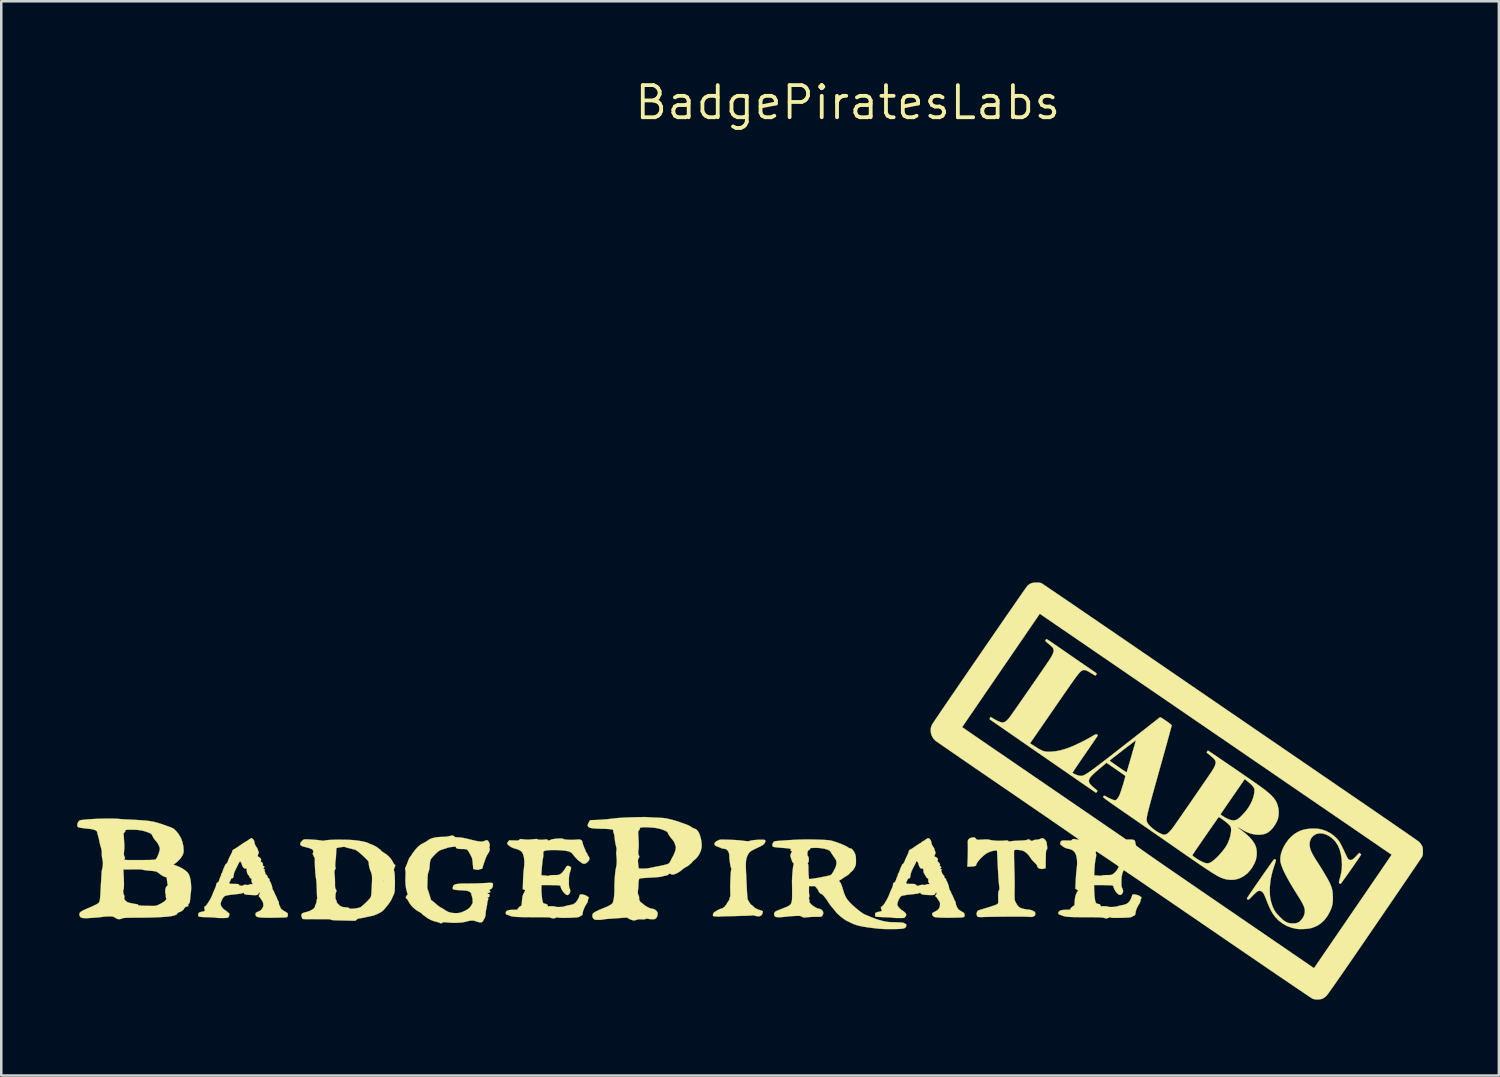
<source format=kicad_pcb>
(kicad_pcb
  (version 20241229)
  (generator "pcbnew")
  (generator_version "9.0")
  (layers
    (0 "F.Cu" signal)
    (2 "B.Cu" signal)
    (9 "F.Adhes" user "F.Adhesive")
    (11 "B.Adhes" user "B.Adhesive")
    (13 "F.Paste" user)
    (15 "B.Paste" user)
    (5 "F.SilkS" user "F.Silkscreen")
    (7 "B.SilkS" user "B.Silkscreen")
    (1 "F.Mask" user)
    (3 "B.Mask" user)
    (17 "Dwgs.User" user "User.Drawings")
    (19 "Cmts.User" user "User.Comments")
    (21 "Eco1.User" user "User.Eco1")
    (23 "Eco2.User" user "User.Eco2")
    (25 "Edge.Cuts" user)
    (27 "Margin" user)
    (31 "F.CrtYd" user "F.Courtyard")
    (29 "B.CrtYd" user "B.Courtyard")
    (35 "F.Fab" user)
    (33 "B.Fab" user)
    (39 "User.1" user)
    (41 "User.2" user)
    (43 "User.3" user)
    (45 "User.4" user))
  (footprint "BadgePiratesLabs"
    (layer "F.Cu")
    (at 30.469 1.006)
    (property "Reference" "BadgePiratesLabs" (at 0 0 0) (layer "F.SilkS") (effects (font (size 1.27 1.27) (thickness 0.15))))
    (attr through_hole)
    (fp_poly (pts (xy -4.913 29.142) (xy -4.75 29.146) (xy -4.614 29.15) (xy -4.498 29.155) (xy -4.399 29.161) (xy -4.31 29.167) (xy -4.227 29.176) (xy -4.145 29.186) (xy -4.138 29.187) (xy -4.045 29.198) (xy -3.978 29.205) (xy -3.933 29.206) (xy -3.904 29.203) (xy -3.887 29.197) (xy -3.852 29.184) (xy -3.792 29.172) (xy -3.714 29.162) (xy -3.625 29.154) (xy -3.534 29.148) (xy -3.446 29.145) (xy -3.369 29.145) (xy -3.309 29.15) (xy -3.279 29.156) (xy -3.258 29.179) (xy -3.258 29.219) (xy -3.277 29.269) (xy -3.29 29.289) (xy -3.315 29.318) (xy -3.349 29.347) (xy -3.398 29.378) (xy -3.467 29.415) (xy -3.56 29.46) (xy -3.572 29.465) (xy -3.674 29.514) (xy -3.753 29.553) (xy -3.811 29.587) (xy -3.854 29.617) (xy -3.887 29.649) (xy -3.914 29.685) (xy -3.94 29.729) (xy -3.952 29.75) (xy -3.978 29.804) (xy -3.998 29.86) (xy -4.013 29.923) (xy -4.023 29.995) (xy -4.028 30.082) (xy -4.029 30.188) (xy -4.026 30.316) (xy -4.02 30.472) (xy -4.018 30.498) (xy -4.012 30.63) (xy -4.005 30.771) (xy -3.998 30.912) (xy -3.991 31.044) (xy -3.986 31.156) (xy -3.984 31.191) (xy -3.977 31.307) (xy -3.97 31.401) (xy -3.961 31.47) (xy -3.953 31.512) (xy -3.95 31.519) (xy -3.904 31.6) (xy -3.865 31.663) (xy -3.835 31.703) (xy -3.817 31.718) (xy -3.817 31.718) (xy -3.796 31.729) (xy -3.765 31.756) (xy -3.753 31.767) (xy -3.698 31.82) (xy -3.642 31.86) (xy -3.573 31.893) (xy -3.487 31.925) (xy -3.358 31.968) (xy -3.362 32.022) (xy -3.38 32.088) (xy -3.419 32.139) (xy -3.47 32.166) (xy -3.517 32.171) (xy -3.575 32.17) (xy -3.634 32.162) (xy -3.682 32.15) (xy -3.706 32.138) (xy -3.731 32.127) (xy -3.741 32.132) (xy -3.754 32.136) (xy -3.785 32.14) (xy -3.836 32.144) (xy -3.908 32.148) (xy -4.003 32.152) (xy -4.123 32.155) (xy -4.269 32.159) (xy -4.443 32.164) (xy -4.647 32.168) (xy -4.747 32.17) (xy -4.838 32.172) (xy -4.92 32.175) (xy -4.987 32.178) (xy -5.033 32.181) (xy -5.048 32.182) (xy -5.083 32.184) (xy -5.139 32.184) (xy -5.203 32.18) (xy -5.207 32.18) (xy -5.268 32.174) (xy -5.305 32.167) (xy -5.323 32.157) (xy -5.33 32.141) (xy -5.331 32.136) (xy -5.326 32.089) (xy -5.303 32.041) (xy -5.27 32.005) (xy -5.251 31.995) (xy -5.22 31.982) (xy -5.207 31.973) (xy -5.183 31.953) (xy -5.139 31.927) (xy -5.086 31.901) (xy -5.035 31.881) (xy -5 31.871) (xy -4.93 31.843) (xy -4.862 31.787) (xy -4.8 31.707) (xy -4.781 31.674) (xy -4.752 31.622) (xy -4.725 31.581) (xy -4.707 31.56) (xy -4.687 31.529) (xy -4.683 31.512) (xy -4.677 31.479) (xy -4.663 31.435) (xy -4.66 31.428) (xy -4.65 31.397) (xy -4.644 31.357) (xy -4.642 31.3) (xy -4.644 31.222) (xy -4.646 31.157) (xy -4.648 31.083) (xy -4.648 30.994) (xy -4.646 30.895) (xy -4.643 30.79) (xy -4.638 30.685) (xy -4.632 30.583) (xy -4.626 30.491) (xy -4.619 30.413) (xy -4.612 30.354) (xy -4.605 30.319) (xy -4.601 30.312) (xy -4.599 30.294) (xy -4.61 30.269) (xy -4.622 30.239) (xy -4.634 30.184) (xy -4.648 30.114) (xy -4.66 30.035) (xy -4.671 29.955) (xy -4.679 29.881) (xy -4.682 29.822) (xy -4.682 29.805) (xy -4.69 29.702) (xy -4.72 29.617) (xy -4.769 29.552) (xy -4.837 29.511) (xy -4.921 29.496) (xy -4.926 29.496) (xy -4.966 29.493) (xy -4.99 29.486) (xy -4.99 29.485) (xy -5.009 29.475) (xy -5.05 29.456) (xy -5.106 29.434) (xy -5.132 29.424) (xy -5.196 29.398) (xy -5.236 29.378) (xy -5.257 29.36) (xy -5.266 29.34) (xy -5.268 29.332) (xy -5.265 29.285) (xy -5.242 29.246) (xy -5.195 29.209) (xy -5.148 29.183) (xy -5.099 29.161) (xy -5.057 29.148) (xy -5.011 29.142) (xy -4.949 29.141) (xy -4.913 29.142)) (stroke (width 0.01) (type solid)) (fill yes) (layer "F.SilkS"))
    (fp_poly (pts (xy 18.603 28.714) (xy 18.712 28.734) (xy 18.822 28.767) (xy 18.885 28.79) (xy 19.064 28.877) (xy 19.219 28.984) (xy 19.352 29.112) (xy 19.425 29.204) (xy 19.454 29.25) (xy 19.493 29.319) (xy 19.537 29.404) (xy 19.584 29.499) (xy 19.631 29.598) (xy 19.637 29.611) (xy 19.685 29.713) (xy 19.722 29.791) (xy 19.751 29.847) (xy 19.773 29.886) (xy 19.792 29.912) (xy 19.81 29.927) (xy 19.828 29.937) (xy 19.828 29.937) (xy 19.875 29.949) (xy 19.921 29.943) (xy 19.97 29.918) (xy 20.028 29.872) (xy 20.098 29.801) (xy 20.105 29.794) (xy 20.225 29.665) (xy 20.26 29.695) (xy 20.288 29.718) (xy 20.301 29.728) (xy 20.295 29.742) (xy 20.272 29.778) (xy 20.235 29.834) (xy 20.186 29.906) (xy 20.128 29.991) (xy 20.062 30.086) (xy 19.992 30.188) (xy 19.918 30.293) (xy 19.844 30.399) (xy 19.771 30.503) (xy 19.702 30.6) (xy 19.639 30.688) (xy 19.584 30.764) (xy 19.54 30.825) (xy 19.509 30.867) (xy 19.492 30.887) (xy 19.49 30.889) (xy 19.463 30.883) (xy 19.441 30.87) (xy 19.43 30.859) (xy 19.424 30.846) (xy 19.423 30.824) (xy 19.429 30.789) (xy 19.443 30.735) (xy 19.463 30.657) (xy 19.471 30.629) (xy 19.513 30.449) (xy 19.536 30.279) (xy 19.541 30.107) (xy 19.529 29.921) (xy 19.528 29.911) (xy 19.497 29.708) (xy 19.449 29.531) (xy 19.383 29.376) (xy 19.298 29.242) (xy 19.254 29.188) (xy 19.145 29.082) (xy 19.031 28.999) (xy 18.914 28.94) (xy 18.798 28.904) (xy 18.685 28.892) (xy 18.578 28.904) (xy 18.482 28.94) (xy 18.397 29.001) (xy 18.328 29.086) (xy 18.309 29.12) (xy 18.27 29.227) (xy 18.259 29.34) (xy 18.277 29.462) (xy 18.287 29.498) (xy 18.308 29.562) (xy 18.335 29.627) (xy 18.368 29.696) (xy 18.412 29.776) (xy 18.468 29.87) (xy 18.539 29.982) (xy 18.578 30.043) (xy 18.641 30.141) (xy 18.711 30.252) (xy 18.78 30.364) (xy 18.841 30.464) (xy 18.852 30.483) (xy 18.94 30.633) (xy 19.012 30.762) (xy 19.068 30.876) (xy 19.111 30.978) (xy 19.142 31.073) (xy 19.163 31.168) (xy 19.175 31.265) (xy 19.181 31.371) (xy 19.182 31.433) (xy 19.181 31.556) (xy 19.172 31.659) (xy 19.154 31.751) (xy 19.126 31.843) (xy 19.084 31.945) (xy 19.065 31.986) (xy 18.967 32.164) (xy 18.851 32.317) (xy 18.718 32.444) (xy 18.569 32.544) (xy 18.404 32.616) (xy 18.325 32.64) (xy 18.229 32.659) (xy 18.114 32.672) (xy 17.992 32.679) (xy 17.873 32.68) (xy 17.771 32.673) (xy 17.755 32.671) (xy 17.555 32.627) (xy 17.365 32.556) (xy 17.19 32.458) (xy 17.033 32.336) (xy 16.896 32.191) (xy 16.869 32.156) (xy 16.798 32.053) (xy 16.73 31.935) (xy 16.664 31.799) (xy 16.597 31.637) (xy 16.581 31.598) (xy 16.535 31.479) (xy 16.496 31.387) (xy 16.464 31.317) (xy 16.436 31.266) (xy 16.411 31.23) (xy 16.385 31.206) (xy 16.357 31.189) (xy 16.353 31.187) (xy 16.309 31.171) (xy 16.27 31.166) (xy 16.23 31.175) (xy 16.186 31.199) (xy 16.133 31.242) (xy 16.067 31.305) (xy 16.016 31.356) (xy 15.951 31.422) (xy 15.904 31.469) (xy 15.871 31.498) (xy 15.848 31.513) (xy 15.831 31.516) (xy 15.817 31.512) (xy 15.812 31.509) (xy 15.789 31.485) (xy 15.785 31.464) (xy 15.795 31.445) (xy 15.822 31.404) (xy 15.862 31.342) (xy 15.915 31.263) (xy 15.979 31.17) (xy 16.051 31.065) (xy 16.129 30.951) (xy 16.211 30.832) (xy 16.297 30.709) (xy 16.383 30.585) (xy 16.467 30.464) (xy 16.549 30.348) (xy 16.625 30.24) (xy 16.694 30.143) (xy 16.753 30.059) (xy 16.802 29.992) (xy 16.838 29.943) (xy 16.859 29.917) (xy 16.864 29.913) (xy 16.891 29.919) (xy 16.911 29.931) (xy 16.921 29.94) (xy 16.926 29.954) (xy 16.925 29.976) (xy 16.917 30.01) (xy 16.902 30.062) (xy 16.878 30.137) (xy 16.852 30.212) (xy 16.788 30.42) (xy 16.742 30.613) (xy 16.71 30.8) (xy 16.692 30.993) (xy 16.689 31.061) (xy 16.687 31.223) (xy 16.695 31.364) (xy 16.714 31.495) (xy 16.745 31.624) (xy 16.771 31.705) (xy 16.813 31.82) (xy 16.86 31.918) (xy 16.916 32.007) (xy 16.988 32.096) (xy 17.08 32.194) (xy 17.081 32.196) (xy 17.179 32.288) (xy 17.265 32.358) (xy 17.345 32.406) (xy 17.425 32.437) (xy 17.511 32.452) (xy 17.597 32.456) (xy 17.698 32.451) (xy 17.776 32.434) (xy 17.842 32.401) (xy 17.903 32.349) (xy 17.927 32.323) (xy 18.004 32.219) (xy 18.053 32.108) (xy 18.074 31.995) (xy 18.066 31.888) (xy 18.055 31.84) (xy 18.038 31.79) (xy 18.014 31.735) (xy 17.982 31.67) (xy 17.94 31.593) (xy 17.885 31.499) (xy 17.816 31.387) (xy 17.731 31.251) (xy 17.727 31.245) (xy 17.582 31.01) (xy 17.457 30.798) (xy 17.352 30.609) (xy 17.266 30.441) (xy 17.198 30.293) (xy 17.149 30.164) (xy 17.117 30.054) (xy 17.106 29.988) (xy 17.104 29.856) (xy 17.128 29.715) (xy 17.175 29.568) (xy 17.241 29.421) (xy 17.325 29.279) (xy 17.423 29.145) (xy 17.534 29.026) (xy 17.653 28.925) (xy 17.772 28.85) (xy 17.893 28.793) (xy 18.009 28.753) (xy 18.13 28.727) (xy 18.268 28.711) (xy 18.344 28.707) (xy 18.483 28.705) (xy 18.603 28.714)) (stroke (width 0.01) (type solid)) (fill yes) (layer "F.SilkS"))
    (fp_poly (pts (xy 5.018 29.057) (xy 5.043 29.077) (xy 5.062 29.099) (xy 5.079 29.119) (xy 5.095 29.134) (xy 5.115 29.143) (xy 5.144 29.148) (xy 5.188 29.148) (xy 5.251 29.145) (xy 5.34 29.139) (xy 5.366 29.138) (xy 5.454 29.134) (xy 5.521 29.135) (xy 5.576 29.142) (xy 5.617 29.152) (xy 5.686 29.167) (xy 5.778 29.178) (xy 5.884 29.186) (xy 5.995 29.19) (xy 6.102 29.188) (xy 6.189 29.182) (xy 6.256 29.176) (xy 6.299 29.175) (xy 6.325 29.18) (xy 6.343 29.191) (xy 6.349 29.197) (xy 6.373 29.215) (xy 6.403 29.216) (xy 6.43 29.209) (xy 6.464 29.203) (xy 6.523 29.197) (xy 6.601 29.191) (xy 6.691 29.186) (xy 6.763 29.183) (xy 6.891 29.178) (xy 6.987 29.17) (xy 7.052 29.161) (xy 7.083 29.152) (xy 7.143 29.132) (xy 7.188 29.14) (xy 7.211 29.162) (xy 7.243 29.188) (xy 7.289 29.192) (xy 7.336 29.174) (xy 7.341 29.17) (xy 7.379 29.155) (xy 7.437 29.147) (xy 7.461 29.146) (xy 7.554 29.135) (xy 7.608 29.115) (xy 7.666 29.09) (xy 7.712 29.087) (xy 7.757 29.109) (xy 7.786 29.132) (xy 7.82 29.168) (xy 7.845 29.21) (xy 7.862 29.266) (xy 7.875 29.342) (xy 7.883 29.405) (xy 7.888 29.465) (xy 7.886 29.504) (xy 7.877 29.529) (xy 7.864 29.546) (xy 7.854 29.559) (xy 7.847 29.578) (xy 7.841 29.606) (xy 7.837 29.648) (xy 7.834 29.708) (xy 7.832 29.79) (xy 7.83 29.898) (xy 7.829 29.926) (xy 7.825 30.273) (xy 7.764 30.291) (xy 7.693 30.303) (xy 7.624 30.298) (xy 7.563 30.279) (xy 7.518 30.248) (xy 7.495 30.208) (xy 7.493 30.193) (xy 7.487 30.167) (xy 7.465 30.133) (xy 7.426 30.088) (xy 7.367 30.028) (xy 7.337 29.999) (xy 7.29 29.948) (xy 7.241 29.885) (xy 7.215 29.846) (xy 7.14 29.742) (xy 7.053 29.657) (xy 6.962 29.597) (xy 6.945 29.589) (xy 6.892 29.572) (xy 6.825 29.558) (xy 6.753 29.549) (xy 6.683 29.545) (xy 6.627 29.547) (xy 6.591 29.556) (xy 6.59 29.557) (xy 6.584 29.564) (xy 6.58 29.581) (xy 6.577 29.608) (xy 6.575 29.65) (xy 6.575 29.708) (xy 6.575 29.786) (xy 6.577 29.886) (xy 6.58 30.012) (xy 6.584 30.165) (xy 6.586 30.236) (xy 6.59 30.382) (xy 6.594 30.52) (xy 6.596 30.647) (xy 6.599 30.76) (xy 6.6 30.854) (xy 6.601 30.925) (xy 6.601 30.97) (xy 6.601 30.98) (xy 6.599 31.025) (xy 6.598 31.093) (xy 6.597 31.177) (xy 6.596 31.267) (xy 6.596 31.298) (xy 6.596 31.39) (xy 6.598 31.457) (xy 6.601 31.506) (xy 6.607 31.542) (xy 6.617 31.573) (xy 6.632 31.605) (xy 6.642 31.623) (xy 6.69 31.708) (xy 6.734 31.77) (xy 6.781 31.813) (xy 6.836 31.844) (xy 6.882 31.861) (xy 6.948 31.879) (xy 7.03 31.895) (xy 7.112 31.907) (xy 7.129 31.909) (xy 7.197 31.917) (xy 7.254 31.928) (xy 7.292 31.94) (xy 7.3 31.944) (xy 7.335 31.967) (xy 7.37 31.985) (xy 7.398 32.001) (xy 7.411 32.026) (xy 7.414 32.07) (xy 7.414 32.071) (xy 7.41 32.116) (xy 7.396 32.144) (xy 7.362 32.168) (xy 7.354 32.173) (xy 7.326 32.187) (xy 7.299 32.196) (xy 7.266 32.2) (xy 7.219 32.199) (xy 7.152 32.195) (xy 7.112 32.192) (xy 7.055 32.189) (xy 6.971 32.187) (xy 6.861 32.185) (xy 6.731 32.185) (xy 6.582 32.185) (xy 6.42 32.185) (xy 6.247 32.187) (xy 6.067 32.189) (xy 5.883 32.191) (xy 5.7 32.195) (xy 5.519 32.198) (xy 5.392 32.201) (xy 5.3 32.204) (xy 5.234 32.204) (xy 5.19 32.202) (xy 5.16 32.197) (xy 5.141 32.189) (xy 5.127 32.178) (xy 5.126 32.177) (xy 5.102 32.134) (xy 5.096 32.079) (xy 5.104 32.021) (xy 5.127 31.972) (xy 5.162 31.942) (xy 5.163 31.942) (xy 5.194 31.931) (xy 5.246 31.914) (xy 5.311 31.894) (xy 5.342 31.885) (xy 5.488 31.842) (xy 5.617 31.802) (xy 5.727 31.765) (xy 5.815 31.735) (xy 5.878 31.71) (xy 5.914 31.692) (xy 5.917 31.69) (xy 5.931 31.678) (xy 5.941 31.662) (xy 5.947 31.639) (xy 5.95 31.601) (xy 5.95 31.543) (xy 5.95 31.461) (xy 5.949 31.44) (xy 5.948 31.348) (xy 5.949 31.281) (xy 5.953 31.232) (xy 5.96 31.197) (xy 5.971 31.167) (xy 5.976 31.157) (xy 5.99 31.124) (xy 5.997 31.092) (xy 5.997 31.051) (xy 5.991 30.993) (xy 5.988 30.967) (xy 5.981 30.906) (xy 5.973 30.822) (xy 5.965 30.724) (xy 5.957 30.621) (xy 5.953 30.559) (xy 5.948 30.47) (xy 5.942 30.366) (xy 5.936 30.253) (xy 5.93 30.136) (xy 5.924 30.019) (xy 5.919 29.907) (xy 5.914 29.806) (xy 5.91 29.72) (xy 5.907 29.654) (xy 5.906 29.614) (xy 5.905 29.606) (xy 5.897 29.58) (xy 5.868 29.569) (xy 5.816 29.571) (xy 5.739 29.587) (xy 5.727 29.59) (xy 5.625 29.62) (xy 5.537 29.658) (xy 5.456 29.707) (xy 5.373 29.773) (xy 5.291 29.849) (xy 5.204 29.94) (xy 5.138 30.023) (xy 5.094 30.095) (xy 5.074 30.153) (xy 5.073 30.163) (xy 5.057 30.179) (xy 5.012 30.192) (xy 4.941 30.202) (xy 4.847 30.208) (xy 4.812 30.209) (xy 4.727 30.21) (xy 4.737 30.055) (xy 4.741 29.967) (xy 4.745 29.861) (xy 4.748 29.743) (xy 4.75 29.622) (xy 4.751 29.506) (xy 4.75 29.402) (xy 4.749 29.318) (xy 4.747 29.289) (xy 4.747 29.229) (xy 4.752 29.179) (xy 4.76 29.152) (xy 4.803 29.104) (xy 4.871 29.07) (xy 4.939 29.056) (xy 4.987 29.052) (xy 5.018 29.057)) (stroke (width 0.01) (type solid)) (fill yes) (layer "F.SilkS"))
    (fp_poly (pts (xy -7.976 28.251) (xy -7.967 28.251) (xy -7.941 28.254) (xy -7.888 28.257) (xy -7.813 28.261) (xy -7.722 28.266) (xy -7.62 28.27) (xy -7.572 28.273) (xy -7.452 28.278) (xy -7.357 28.283) (xy -7.28 28.289) (xy -7.215 28.297) (xy -7.156 28.307) (xy -7.095 28.32) (xy -7.026 28.336) (xy -7 28.343) (xy -6.907 28.368) (xy -6.81 28.396) (xy -6.721 28.423) (xy -6.652 28.446) (xy -6.652 28.446) (xy -6.569 28.476) (xy -6.477 28.509) (xy -6.395 28.538) (xy -6.388 28.54) (xy -6.316 28.57) (xy -6.246 28.605) (xy -6.189 28.639) (xy -6.183 28.644) (xy -6.136 28.676) (xy -6.093 28.697) (xy -6.07 28.702) (xy -6.031 28.715) (xy -5.983 28.747) (xy -5.936 28.793) (xy -5.898 28.845) (xy -5.89 28.859) (xy -5.847 28.963) (xy -5.812 29.082) (xy -5.787 29.207) (xy -5.774 29.327) (xy -5.776 29.432) (xy -5.779 29.461) (xy -5.813 29.59) (xy -5.868 29.715) (xy -5.941 29.826) (xy -6.027 29.917) (xy -6.055 29.939) (xy -6.102 29.978) (xy -6.14 30.017) (xy -6.158 30.041) (xy -6.181 30.071) (xy -6.202 30.083) (xy -6.224 30.095) (xy -6.249 30.124) (xy -6.276 30.151) (xy -6.323 30.184) (xy -6.379 30.217) (xy -6.385 30.219) (xy -6.45 30.257) (xy -6.515 30.302) (xy -6.562 30.341) (xy -6.62 30.389) (xy -6.694 30.437) (xy -6.774 30.479) (xy -6.849 30.51) (xy -6.897 30.523) (xy -6.964 30.518) (xy -6.997 30.504) (xy -7.029 30.487) (xy -7.051 30.488) (xy -7.076 30.509) (xy -7.084 30.517) (xy -7.141 30.552) (xy -7.201 30.567) (xy -7.267 30.579) (xy -7.334 30.596) (xy -7.35 30.601) (xy -7.394 30.611) (xy -7.465 30.62) (xy -7.559 30.629) (xy -7.67 30.637) (xy -7.731 30.64) (xy -7.835 30.646) (xy -7.936 30.652) (xy -8.026 30.658) (xy -8.098 30.663) (xy -8.143 30.667) (xy -8.199 30.674) (xy -8.23 30.682) (xy -8.247 30.697) (xy -8.256 30.722) (xy -8.259 30.734) (xy -8.266 30.777) (xy -8.272 30.839) (xy -8.277 30.908) (xy -8.277 30.917) (xy -8.282 30.998) (xy -8.288 31.086) (xy -8.295 31.158) (xy -8.3 31.222) (xy -8.299 31.266) (xy -8.289 31.302) (xy -8.274 31.335) (xy -8.25 31.402) (xy -8.25 31.453) (xy -8.246 31.52) (xy -8.216 31.584) (xy -8.165 31.633) (xy -8.163 31.634) (xy -8.126 31.661) (xy -8.079 31.698) (xy -8.054 31.718) (xy -7.99 31.766) (xy -7.913 31.811) (xy -7.836 31.847) (xy -7.769 31.869) (xy -7.759 31.87) (xy -7.696 31.882) (xy -7.654 31.894) (xy -7.622 31.91) (xy -7.59 31.934) (xy -7.582 31.941) (xy -7.546 31.981) (xy -7.521 32.023) (xy -7.517 32.035) (xy -7.516 32.098) (xy -7.532 32.167) (xy -7.562 32.229) (xy -7.581 32.252) (xy -7.606 32.273) (xy -7.636 32.284) (xy -7.681 32.289) (xy -7.726 32.29) (xy -7.793 32.287) (xy -7.856 32.28) (xy -7.895 32.273) (xy -7.943 32.264) (xy -7.972 32.271) (xy -7.978 32.275) (xy -8.008 32.287) (xy -8.062 32.294) (xy -8.141 32.294) (xy -8.216 32.29) (xy -8.295 32.295) (xy -8.346 32.312) (xy -8.415 32.335) (xy -8.49 32.333) (xy -8.575 32.307) (xy -8.631 32.28) (xy -8.739 32.222) (xy -9.009 32.242) (xy -9.116 32.25) (xy -9.23 32.258) (xy -9.338 32.266) (xy -9.43 32.272) (xy -9.461 32.274) (xy -9.541 32.281) (xy -9.613 32.289) (xy -9.671 32.297) (xy -9.7 32.303) (xy -9.744 32.31) (xy -9.809 32.314) (xy -9.884 32.314) (xy -9.961 32.311) (xy -9.995 32.308) (xy -10.017 32.296) (xy -10.05 32.271) (xy -10.054 32.267) (xy -10.086 32.219) (xy -10.098 32.16) (xy -10.092 32.101) (xy -10.066 32.053) (xy -10.065 32.052) (xy -10.027 32.023) (xy -9.963 31.987) (xy -9.879 31.945) (xy -9.779 31.9) (xy -9.669 31.856) (xy -9.668 31.855) (xy -9.547 31.805) (xy -9.446 31.757) (xy -9.367 31.711) (xy -9.315 31.671) (xy -9.301 31.655) (xy -9.281 31.611) (xy -9.263 31.542) (xy -9.247 31.454) (xy -9.235 31.353) (xy -9.227 31.244) (xy -9.224 31.135) (xy -9.225 31.107) (xy -9.225 30.997) (xy -9.222 30.877) (xy -9.216 30.752) (xy -9.209 30.629) (xy -9.199 30.514) (xy -9.189 30.413) (xy -9.177 30.332) (xy -9.167 30.282) (xy -9.14 30.141) (xy -9.131 29.982) (xy -9.132 29.967) (xy -8.296 29.967) (xy -8.294 30.015) (xy -8.288 30.084) (xy -8.287 30.099) (xy -8.279 30.168) (xy -8.272 30.225) (xy -8.266 30.264) (xy -8.262 30.275) (xy -8.243 30.281) (xy -8.199 30.286) (xy -8.14 30.288) (xy -8.071 30.288) (xy -8.001 30.286) (xy -7.938 30.282) (xy -7.889 30.275) (xy -7.882 30.274) (xy -7.839 30.265) (xy -7.775 30.252) (xy -7.701 30.237) (xy -7.652 30.227) (xy -7.502 30.197) (xy -7.38 30.173) (xy -7.283 30.152) (xy -7.207 30.133) (xy -7.15 30.117) (xy -7.107 30.1) (xy -7.077 30.083) (xy -7.055 30.064) (xy -7.038 30.041) (xy -7.024 30.015) (xy -7.016 29.999) (xy -6.988 29.945) (xy -6.952 29.876) (xy -6.914 29.806) (xy -6.909 29.796) (xy -6.865 29.707) (xy -6.83 29.618) (xy -6.807 29.535) (xy -6.795 29.464) (xy -6.799 29.412) (xy -6.803 29.401) (xy -6.82 29.36) (xy -6.837 29.307) (xy -6.842 29.289) (xy -6.872 29.221) (xy -6.922 29.153) (xy -6.928 29.146) (xy -6.987 29.078) (xy -7.04 29.008) (xy -7.081 28.943) (xy -7.107 28.891) (xy -7.11 28.879) (xy -7.135 28.843) (xy -7.189 28.805) (xy -7.27 28.767) (xy -7.378 28.73) (xy -7.459 28.707) (xy -7.532 28.691) (xy -7.617 28.678) (xy -7.711 28.668) (xy -7.809 28.66) (xy -7.906 28.655) (xy -7.997 28.653) (xy -8.078 28.655) (xy -8.144 28.659) (xy -8.191 28.667) (xy -8.214 28.679) (xy -8.214 28.688) (xy -8.217 28.709) (xy -8.234 28.745) (xy -8.246 28.765) (xy -8.288 28.825) (xy -8.272 29.117) (xy -8.265 29.26) (xy -8.263 29.374) (xy -8.266 29.459) (xy -8.271 29.504) (xy -8.284 29.604) (xy -8.284 29.68) (xy -8.273 29.738) (xy -8.259 29.768) (xy -8.243 29.799) (xy -8.241 29.823) (xy -8.254 29.853) (xy -8.267 29.876) (xy -8.283 29.906) (xy -8.292 29.934) (xy -8.296 29.967) (xy -9.132 29.967) (xy -9.142 29.812) (xy -9.144 29.796) (xy -9.153 29.704) (xy -9.154 29.637) (xy -9.147 29.587) (xy -9.146 29.583) (xy -9.139 29.547) (xy -9.14 29.508) (xy -9.148 29.456) (xy -9.166 29.382) (xy -9.167 29.378) (xy -9.186 29.293) (xy -9.202 29.199) (xy -9.212 29.113) (xy -9.213 29.099) (xy -9.22 29.028) (xy -9.23 28.962) (xy -9.243 28.912) (xy -9.246 28.905) (xy -9.263 28.854) (xy -9.271 28.805) (xy -9.271 28.799) (xy -9.28 28.758) (xy -9.299 28.744) (xy -9.353 28.734) (xy -9.438 28.725) (xy -9.551 28.718) (xy -9.692 28.713) (xy -9.787 28.711) (xy -9.938 28.706) (xy -10.059 28.697) (xy -10.152 28.682) (xy -10.219 28.662) (xy -10.261 28.633) (xy -10.28 28.597) (xy -10.278 28.551) (xy -10.257 28.494) (xy -10.23 28.444) (xy -10.187 28.373) (xy -9.915 28.364) (xy -9.806 28.358) (xy -9.677 28.349) (xy -9.541 28.337) (xy -9.41 28.323) (xy -9.329 28.314) (xy -9.206 28.299) (xy -9.082 28.287) (xy -8.95 28.278) (xy -8.805 28.27) (xy -8.638 28.263) (xy -8.509 28.259) (xy -8.384 28.256) (xy -8.268 28.254) (xy -8.165 28.252) (xy -8.079 28.25) (xy -8.014 28.25) (xy -7.976 28.251)) (stroke (width 0.01) (type solid)) (fill yes) (layer "F.SilkS"))
    (fp_poly (pts (xy -15.606 28.984) (xy -15.568 29.01) (xy -15.541 29.032) (xy -15.511 29.045) (xy -15.469 29.05) (xy -15.41 29.052) (xy -15.333 29.056) (xy -15.241 29.068) (xy -15.131 29.089) (xy -14.998 29.12) (xy -14.93 29.137) (xy -14.788 29.172) (xy -14.673 29.197) (xy -14.579 29.213) (xy -14.505 29.22) (xy -14.446 29.218) (xy -14.398 29.207) (xy -14.37 29.195) (xy -14.305 29.169) (xy -14.257 29.167) (xy -14.219 29.191) (xy -14.187 29.243) (xy -14.168 29.29) (xy -14.154 29.345) (xy -14.155 29.385) (xy -14.16 29.4) (xy -14.168 29.458) (xy -14.161 29.495) (xy -14.153 29.544) (xy -14.161 29.566) (xy -14.175 29.595) (xy -14.176 29.607) (xy -14.185 29.635) (xy -14.208 29.674) (xy -14.217 29.687) (xy -14.25 29.737) (xy -14.279 29.79) (xy -14.282 29.797) (xy -14.306 29.855) (xy -14.333 29.928) (xy -14.362 30.007) (xy -14.389 30.084) (xy -14.412 30.152) (xy -14.426 30.2) (xy -14.429 30.211) (xy -14.443 30.265) (xy -14.461 30.293) (xy -14.488 30.304) (xy -14.51 30.305) (xy -14.546 30.31) (xy -14.565 30.321) (xy -14.59 30.334) (xy -14.638 30.336) (xy -14.701 30.328) (xy -14.738 30.32) (xy -14.807 30.303) (xy -14.824 30.099) (xy -14.835 29.991) (xy -14.847 29.911) (xy -14.863 29.854) (xy -14.872 29.834) (xy -14.907 29.765) (xy -14.934 29.713) (xy -14.958 29.669) (xy -14.986 29.622) (xy -14.993 29.61) (xy -15.018 29.572) (xy -15.043 29.545) (xy -15.075 29.528) (xy -15.119 29.518) (xy -15.182 29.513) (xy -15.27 29.512) (xy -15.288 29.512) (xy -15.383 29.507) (xy -15.448 29.492) (xy -15.485 29.467) (xy -15.494 29.439) (xy -15.494 29.428) (xy -15.498 29.421) (xy -15.511 29.418) (xy -15.539 29.42) (xy -15.587 29.425) (xy -15.658 29.433) (xy -15.726 29.442) (xy -15.784 29.452) (xy -15.823 29.463) (xy -15.831 29.466) (xy -15.862 29.479) (xy -15.913 29.496) (xy -15.972 29.513) (xy -15.974 29.514) (xy -16.059 29.54) (xy -16.127 29.568) (xy -16.186 29.605) (xy -16.247 29.656) (xy -16.317 29.725) (xy -16.32 29.728) (xy -16.39 29.802) (xy -16.441 29.859) (xy -16.476 29.906) (xy -16.499 29.951) (xy -16.513 29.999) (xy -16.521 30.058) (xy -16.527 30.133) (xy -16.528 30.146) (xy -16.537 30.252) (xy -16.55 30.333) (xy -16.568 30.398) (xy -16.575 30.417) (xy -16.588 30.453) (xy -16.598 30.492) (xy -16.605 30.538) (xy -16.61 30.597) (xy -16.614 30.677) (xy -16.617 30.78) (xy -16.624 31.057) (xy -16.56 31.257) (xy -16.535 31.335) (xy -16.513 31.405) (xy -16.497 31.461) (xy -16.488 31.495) (xy -16.487 31.497) (xy -16.468 31.535) (xy -16.443 31.555) (xy -16.416 31.572) (xy -16.373 31.606) (xy -16.321 31.65) (xy -16.286 31.68) (xy -16.226 31.732) (xy -16.163 31.78) (xy -16.109 31.816) (xy -16.088 31.828) (xy -16.028 31.861) (xy -15.963 31.901) (xy -15.934 31.921) (xy -15.874 31.959) (xy -15.806 31.994) (xy -15.775 32.007) (xy -15.69 32.031) (xy -15.588 32.045) (xy -15.48 32.049) (xy -15.381 32.042) (xy -15.346 32.036) (xy -15.27 32.014) (xy -15.185 31.98) (xy -15.1 31.938) (xy -15.025 31.894) (xy -14.968 31.851) (xy -14.96 31.842) (xy -14.924 31.8) (xy -14.889 31.75) (xy -14.858 31.7) (xy -14.835 31.655) (xy -14.825 31.625) (xy -14.827 31.615) (xy -14.835 31.595) (xy -14.833 31.558) (xy -14.832 31.557) (xy -14.832 31.51) (xy -14.844 31.441) (xy -14.859 31.387) (xy -14.876 31.328) (xy -14.891 31.279) (xy -14.899 31.25) (xy -14.9 31.247) (xy -14.916 31.229) (xy -14.951 31.205) (xy -14.973 31.193) (xy -15.003 31.18) (xy -15.039 31.169) (xy -15.086 31.161) (xy -15.149 31.154) (xy -15.234 31.148) (xy -15.311 31.143) (xy -15.419 31.137) (xy -15.5 31.13) (xy -15.556 31.121) (xy -15.592 31.109) (xy -15.612 31.093) (xy -15.619 31.071) (xy -15.617 31.042) (xy -15.615 31.03) (xy -15.604 30.991) (xy -15.588 30.958) (xy -15.562 30.933) (xy -15.524 30.913) (xy -15.47 30.899) (xy -15.398 30.889) (xy -15.304 30.882) (xy -15.186 30.878) (xy -15.04 30.877) (xy -14.982 30.877) (xy -14.855 30.876) (xy -14.717 30.874) (xy -14.58 30.87) (xy -14.452 30.865) (xy -14.346 30.859) (xy -14.342 30.859) (xy -14.235 30.853) (xy -14.155 30.849) (xy -14.099 30.85) (xy -14.062 30.856) (xy -14.041 30.867) (xy -14.031 30.885) (xy -14.027 30.911) (xy -14.027 30.929) (xy -14.038 31.003) (xy -14.067 31.062) (xy -14.111 31.098) (xy -14.115 31.1) (xy -14.158 31.123) (xy -14.171 31.144) (xy -14.155 31.167) (xy -14.152 31.169) (xy -14.131 31.197) (xy -14.138 31.223) (xy -14.168 31.239) (xy -14.192 31.242) (xy -14.23 31.249) (xy -14.24 31.266) (xy -14.226 31.285) (xy -14.203 31.29) (xy -14.179 31.294) (xy -14.168 31.315) (xy -14.165 31.347) (xy -14.168 31.388) (xy -14.184 31.41) (xy -14.209 31.422) (xy -14.238 31.435) (xy -14.24 31.447) (xy -14.228 31.457) (xy -14.214 31.471) (xy -14.212 31.491) (xy -14.223 31.526) (xy -14.229 31.542) (xy -14.246 31.598) (xy -14.255 31.656) (xy -14.256 31.667) (xy -14.26 31.711) (xy -14.27 31.773) (xy -14.284 31.842) (xy -14.288 31.858) (xy -14.303 31.934) (xy -14.314 32.011) (xy -14.319 32.075) (xy -14.319 32.082) (xy -14.324 32.148) (xy -14.34 32.207) (xy -14.369 32.268) (xy -14.398 32.321) (xy -14.425 32.365) (xy -14.443 32.389) (xy -14.483 32.412) (xy -14.545 32.414) (xy -14.624 32.397) (xy -14.681 32.377) (xy -14.766 32.349) (xy -14.849 32.339) (xy -14.939 32.347) (xy -15.044 32.372) (xy -15.067 32.378) (xy -15.176 32.404) (xy -15.308 32.421) (xy -15.456 32.43) (xy -15.612 32.431) (xy -15.769 32.422) (xy -15.812 32.418) (xy -15.891 32.41) (xy -15.945 32.407) (xy -15.98 32.407) (xy -16.005 32.413) (xy -16.024 32.423) (xy -16.033 32.429) (xy -16.059 32.447) (xy -16.08 32.451) (xy -16.11 32.443) (xy -16.145 32.429) (xy -16.208 32.406) (xy -16.276 32.388) (xy -16.292 32.384) (xy -16.385 32.358) (xy -16.486 32.317) (xy -16.584 32.266) (xy -16.665 32.212) (xy -16.677 32.202) (xy -16.724 32.164) (xy -16.767 32.133) (xy -16.792 32.117) (xy -16.819 32.096) (xy -16.828 32.079) (xy -16.841 32.063) (xy -16.876 32.038) (xy -16.927 32.009) (xy -16.946 31.999) (xy -17.058 31.931) (xy -17.163 31.846) (xy -17.254 31.753) (xy -17.325 31.657) (xy -17.343 31.625) (xy -17.375 31.566) (xy -17.409 31.515) (xy -17.437 31.481) (xy -17.468 31.446) (xy -17.475 31.416) (xy -17.458 31.38) (xy -17.438 31.355) (xy -17.397 31.307) (xy -17.429 31.204) (xy -17.462 31.073) (xy -17.482 30.933) (xy -17.49 30.777) (xy -17.487 30.606) (xy -17.483 30.5) (xy -17.483 30.422) (xy -17.487 30.369) (xy -17.494 30.336) (xy -17.495 30.333) (xy -17.505 30.303) (xy -17.501 30.272) (xy -17.481 30.229) (xy -17.478 30.223) (xy -17.457 30.177) (xy -17.43 30.112) (xy -17.402 30.039) (xy -17.39 30.004) (xy -17.354 29.913) (xy -17.32 29.846) (xy -17.284 29.798) (xy -17.281 29.795) (xy -17.248 29.757) (xy -17.228 29.724) (xy -17.224 29.712) (xy -17.213 29.683) (xy -17.204 29.675) (xy -17.186 29.657) (xy -17.155 29.619) (xy -17.119 29.57) (xy -17.109 29.557) (xy -17.002 29.432) (xy -16.875 29.331) (xy -16.764 29.271) (xy -16.706 29.242) (xy -16.654 29.211) (xy -16.621 29.187) (xy -16.541 29.131) (xy -16.434 29.087) (xy -16.306 29.056) (xy -16.159 29.038) (xy -16.059 29.035) (xy -15.938 29.031) (xy -15.826 29.018) (xy -15.707 28.994) (xy -15.644 28.978) (xy -15.606 28.984)) (stroke (width 0.01) (type solid)) (fill yes) (layer "F.SilkS"))
    (fp_poly (pts (xy -21.343 29.132) (xy -21.258 29.136) (xy -21.164 29.142) (xy -21.069 29.149) (xy -20.978 29.157) (xy -20.899 29.166) (xy -20.839 29.174) (xy -20.81 29.179) (xy -20.761 29.186) (xy -20.699 29.181) (xy -20.635 29.169) (xy -20.578 29.161) (xy -20.495 29.155) (xy -20.391 29.15) (xy -20.272 29.146) (xy -20.142 29.144) (xy -20.007 29.145) (xy -19.874 29.146) (xy -19.746 29.15) (xy -19.63 29.155) (xy -19.541 29.162) (xy -19.435 29.173) (xy -19.327 29.188) (xy -19.222 29.206) (xy -19.128 29.225) (xy -19.051 29.245) (xy -18.998 29.263) (xy -18.994 29.264) (xy -18.959 29.28) (xy -18.903 29.304) (xy -18.837 29.331) (xy -18.8 29.346) (xy -18.721 29.381) (xy -18.649 29.42) (xy -18.595 29.456) (xy -18.585 29.464) (xy -18.543 29.498) (xy -18.506 29.524) (xy -18.49 29.532) (xy -18.467 29.551) (xy -18.463 29.565) (xy -18.45 29.583) (xy -18.416 29.61) (xy -18.368 29.642) (xy -18.358 29.648) (xy -18.222 29.74) (xy -18.111 29.843) (xy -18.025 29.955) (xy -17.993 30.014) (xy -17.963 30.07) (xy -17.937 30.111) (xy -17.917 30.13) (xy -17.914 30.131) (xy -17.895 30.143) (xy -17.894 30.177) (xy -17.91 30.227) (xy -17.922 30.253) (xy -17.939 30.289) (xy -17.945 30.319) (xy -17.942 30.357) (xy -17.93 30.411) (xy -17.919 30.476) (xy -17.911 30.568) (xy -17.906 30.68) (xy -17.904 30.807) (xy -17.905 30.943) (xy -17.908 31.076) (xy -17.914 31.164) (xy -17.924 31.23) (xy -17.939 31.282) (xy -17.949 31.306) (xy -17.976 31.363) (xy -18.005 31.43) (xy -18.02 31.464) (xy -18.048 31.523) (xy -18.079 31.579) (xy -18.097 31.605) (xy -18.126 31.645) (xy -18.149 31.678) (xy -18.153 31.683) (xy -18.176 31.715) (xy -18.198 31.741) (xy -18.224 31.771) (xy -18.26 31.816) (xy -18.289 31.854) (xy -18.335 31.907) (xy -18.387 31.958) (xy -18.419 31.983) (xy -18.48 32.022) (xy -18.556 32.062) (xy -18.637 32.1) (xy -18.715 32.131) (xy -18.78 32.152) (xy -18.803 32.157) (xy -18.843 32.164) (xy -18.906 32.177) (xy -18.983 32.193) (xy -19.066 32.211) (xy -19.072 32.212) (xy -19.152 32.23) (xy -19.226 32.244) (xy -19.285 32.254) (xy -19.321 32.258) (xy -19.323 32.258) (xy -19.375 32.272) (xy -19.415 32.306) (xy -19.45 32.337) (xy -19.486 32.349) (xy -19.529 32.35) (xy -19.563 32.349) (xy -19.625 32.347) (xy -19.707 32.345) (xy -19.806 32.342) (xy -19.916 32.34) (xy -20.004 32.338) (xy -20.134 32.335) (xy -20.235 32.332) (xy -20.311 32.328) (xy -20.367 32.324) (xy -20.404 32.318) (xy -20.428 32.312) (xy -20.439 32.306) (xy -20.451 32.299) (xy -20.471 32.294) (xy -20.502 32.29) (xy -20.548 32.287) (xy -20.611 32.286) (xy -20.696 32.285) (xy -20.804 32.285) (xy -20.94 32.286) (xy -21.001 32.286) (xy -21.129 32.287) (xy -21.246 32.287) (xy -21.35 32.286) (xy -21.436 32.285) (xy -21.501 32.283) (xy -21.541 32.28) (xy -21.552 32.278) (xy -21.569 32.254) (xy -21.587 32.212) (xy -21.601 32.165) (xy -21.606 32.13) (xy -21.593 32.085) (xy -21.552 32.049) (xy -21.483 32.022) (xy -21.436 32.012) (xy -21.349 31.989) (xy -21.264 31.957) (xy -21.188 31.918) (xy -21.126 31.875) (xy -21.084 31.833) (xy -21.066 31.794) (xy -21.066 31.79) (xy -21.059 31.756) (xy -21.041 31.708) (xy -21.029 31.681) (xy -21.006 31.625) (xy -20.998 31.578) (xy -20.999 31.567) (xy -20.998 31.528) (xy -20.988 31.505) (xy -20.977 31.473) (xy -20.978 31.446) (xy -20.981 31.419) (xy -20.984 31.366) (xy -20.987 31.292) (xy -20.991 31.203) (xy -20.993 31.105) (xy -20.994 31.099) (xy -20.998 30.965) (xy -21.005 30.846) (xy -21.015 30.745) (xy -21.025 30.67) (xy -21.027 30.663) (xy -21.035 30.609) (xy -21.043 30.534) (xy -21.051 30.443) (xy -21.053 30.423) (xy -20.298 30.423) (xy -20.295 30.471) (xy -20.288 30.542) (xy -20.287 30.544) (xy -20.28 30.628) (xy -20.275 30.727) (xy -20.273 30.827) (xy -20.273 30.873) (xy -20.273 30.953) (xy -20.271 31.009) (xy -20.266 31.048) (xy -20.256 31.079) (xy -20.241 31.107) (xy -20.241 31.107) (xy -20.219 31.145) (xy -20.215 31.172) (xy -20.225 31.204) (xy -20.231 31.216) (xy -20.245 31.258) (xy -20.254 31.311) (xy -20.257 31.382) (xy -20.255 31.456) (xy -20.247 31.5) (xy -20.231 31.53) (xy -20.213 31.556) (xy -20.21 31.569) (xy -20.21 31.598) (xy -20.198 31.627) (xy -20.169 31.666) (xy -20.135 31.703) (xy -20.094 31.743) (xy -20.057 31.771) (xy -20.033 31.782) (xy -20.004 31.788) (xy -19.996 31.795) (xy -19.977 31.803) (xy -19.935 31.81) (xy -19.877 31.816) (xy -19.858 31.818) (xy -19.785 31.825) (xy -19.74 31.834) (xy -19.717 31.847) (xy -19.713 31.852) (xy -19.694 31.868) (xy -19.656 31.876) (xy -19.595 31.875) (xy -19.51 31.867) (xy -19.452 31.86) (xy -19.385 31.849) (xy -19.323 31.835) (xy -19.279 31.822) (xy -19.276 31.821) (xy -19.244 31.801) (xy -19.196 31.762) (xy -19.137 31.711) (xy -19.073 31.651) (xy -19.009 31.589) (xy -18.951 31.53) (xy -18.904 31.478) (xy -18.874 31.439) (xy -18.873 31.436) (xy -18.86 31.412) (xy -18.85 31.383) (xy -18.843 31.344) (xy -18.837 31.289) (xy -18.831 31.213) (xy -18.825 31.111) (xy -18.825 31.102) (xy -18.817 30.956) (xy -18.812 30.837) (xy -18.81 30.782) (xy -18.365 30.782) (xy -18.362 30.804) (xy -18.357 30.801) (xy -18.355 30.769) (xy -18.357 30.762) (xy -18.363 30.76) (xy -18.365 30.782) (xy -18.81 30.782) (xy -18.808 30.742) (xy -18.808 30.666) (xy -18.81 30.604) (xy -18.815 30.554) (xy -18.824 30.51) (xy -18.835 30.468) (xy -18.851 30.424) (xy -18.867 30.385) (xy -18.905 30.277) (xy -18.927 30.184) (xy -18.935 30.118) (xy -18.94 30.059) (xy -18.948 30.019) (xy -18.963 29.987) (xy -18.992 29.953) (xy -19.033 29.911) (xy -19.113 29.832) (xy -19.195 29.756) (xy -19.274 29.686) (xy -19.345 29.627) (xy -19.403 29.583) (xy -19.445 29.557) (xy -19.45 29.554) (xy -19.491 29.54) (xy -19.552 29.523) (xy -19.624 29.504) (xy -19.663 29.495) (xy -19.734 29.478) (xy -19.798 29.461) (xy -19.844 29.446) (xy -19.86 29.44) (xy -19.885 29.431) (xy -19.92 29.428) (xy -19.97 29.432) (xy -20.044 29.442) (xy -20.05 29.443) (xy -20.116 29.454) (xy -20.17 29.465) (xy -20.204 29.474) (xy -20.212 29.477) (xy -20.216 29.496) (xy -20.221 29.541) (xy -20.226 29.604) (xy -20.229 29.681) (xy -20.23 29.694) (xy -20.233 29.774) (xy -20.237 29.843) (xy -20.241 29.895) (xy -20.245 29.923) (xy -20.245 29.924) (xy -20.25 29.95) (xy -20.255 29.999) (xy -20.26 30.062) (xy -20.262 30.094) (xy -20.265 30.171) (xy -20.263 30.219) (xy -20.256 30.243) (xy -20.251 30.247) (xy -20.245 30.262) (xy -20.257 30.299) (xy -20.269 30.323) (xy -20.285 30.358) (xy -20.295 30.388) (xy -20.298 30.423) (xy -21.053 30.423) (xy -21.058 30.344) (xy -21.065 30.241) (xy -21.069 30.142) (xy -21.072 30.053) (xy -21.073 29.98) (xy -21.071 29.929) (xy -21.07 29.914) (xy -21.075 29.866) (xy -21.096 29.829) (xy -21.119 29.792) (xy -21.129 29.764) (xy -21.13 29.762) (xy -21.14 29.732) (xy -21.149 29.721) (xy -21.16 29.7) (xy -21.149 29.683) (xy -21.132 29.647) (xy -21.133 29.598) (xy -21.152 29.551) (xy -21.154 29.547) (xy -21.179 29.525) (xy -21.225 29.502) (xy -21.295 29.477) (xy -21.392 29.45) (xy -21.492 29.425) (xy -21.572 29.4) (xy -21.623 29.372) (xy -21.646 29.337) (xy -21.644 29.293) (xy -21.638 29.273) (xy -21.613 29.232) (xy -21.575 29.189) (xy -21.564 29.178) (xy -21.529 29.151) (xy -21.495 29.137) (xy -21.45 29.131) (xy -21.411 29.131) (xy -21.343 29.132)) (stroke (width 0.01) (type solid)) (fill yes) (layer "F.SilkS"))
    (fp_poly (pts (xy -11.321 29.1) (xy -11.27 29.106) (xy -11.246 29.116) (xy -11.217 29.127) (xy -11.162 29.137) (xy -11.09 29.145) (xy -11.007 29.15) (xy -10.919 29.152) (xy -10.835 29.15) (xy -10.76 29.145) (xy -10.744 29.143) (xy -10.644 29.136) (xy -10.571 29.144) (xy -10.523 29.167) (xy -10.5 29.205) (xy -10.5 29.207) (xy -10.479 29.291) (xy -10.459 29.359) (xy -10.432 29.428) (xy -10.406 29.487) (xy -10.38 29.546) (xy -10.361 29.594) (xy -10.351 29.625) (xy -10.351 29.63) (xy -10.338 29.654) (xy -10.327 29.66) (xy -10.306 29.682) (xy -10.303 29.699) (xy -10.294 29.728) (xy -10.27 29.77) (xy -10.256 29.791) (xy -10.219 29.85) (xy -10.21 29.902) (xy -10.228 29.954) (xy -10.273 30.012) (xy -10.339 30.07) (xy -10.402 30.096) (xy -10.465 30.092) (xy -10.531 30.057) (xy -10.557 30.035) (xy -10.592 30.007) (xy -10.616 29.99) (xy -10.622 29.988) (xy -10.639 29.977) (xy -10.672 29.947) (xy -10.714 29.904) (xy -10.76 29.854) (xy -10.805 29.803) (xy -10.843 29.757) (xy -10.862 29.731) (xy -10.904 29.681) (xy -10.954 29.643) (xy -11.016 29.614) (xy -11.098 29.593) (xy -11.203 29.577) (xy -11.255 29.572) (xy -11.377 29.562) (xy -11.501 29.556) (xy -11.622 29.554) (xy -11.734 29.556) (xy -11.833 29.561) (xy -11.913 29.569) (xy -11.969 29.581) (xy -11.983 29.587) (xy -12.016 29.604) (xy -12.032 29.621) (xy -12.038 29.649) (xy -12.037 29.696) (xy -12.036 29.707) (xy -12.037 29.774) (xy -12.046 29.852) (xy -12.056 29.908) (xy -12.064 29.954) (xy -12.073 30.024) (xy -12.082 30.111) (xy -12.091 30.208) (xy -12.1 30.307) (xy -12.106 30.401) (xy -12.111 30.481) (xy -12.113 30.54) (xy -12.1 30.552) (xy -12.059 30.558) (xy -12.016 30.559) (xy -11.96 30.562) (xy -11.912 30.568) (xy -11.891 30.575) (xy -11.854 30.581) (xy -11.816 30.567) (xy -11.778 30.555) (xy -11.719 30.547) (xy -11.633 30.544) (xy -11.596 30.544) (xy -11.512 30.543) (xy -11.452 30.538) (xy -11.407 30.527) (xy -11.368 30.508) (xy -11.327 30.476) (xy -11.29 30.442) (xy -11.255 30.403) (xy -11.214 30.348) (xy -11.175 30.288) (xy -11.174 30.286) (xy -11.141 30.231) (xy -11.117 30.199) (xy -11.095 30.183) (xy -11.07 30.179) (xy -11.059 30.178) (xy -11.013 30.188) (xy -10.971 30.212) (xy -10.943 30.244) (xy -10.938 30.263) (xy -10.942 30.286) (xy -10.954 30.332) (xy -10.971 30.392) (xy -10.981 30.425) (xy -10.999 30.486) (xy -11.011 30.539) (xy -11.019 30.593) (xy -11.023 30.655) (xy -11.025 30.736) (xy -11.025 30.798) (xy -11.025 30.893) (xy -11.022 30.961) (xy -11.018 31.009) (xy -11.011 31.042) (xy -11.001 31.065) (xy -10.997 31.071) (xy -10.972 31.138) (xy -10.974 31.209) (xy -11.004 31.275) (xy -11.014 31.289) (xy -11.047 31.322) (xy -11.073 31.335) (xy -11.102 31.331) (xy -11.148 31.307) (xy -11.2 31.262) (xy -11.252 31.202) (xy -11.298 31.135) (xy -11.332 31.07) (xy -11.35 31.013) (xy -11.35 31) (xy -11.354 30.982) (xy -11.367 30.968) (xy -11.392 30.957) (xy -11.434 30.949) (xy -11.495 30.945) (xy -11.579 30.942) (xy -11.689 30.941) (xy -11.762 30.94) (xy -12.113 30.94) (xy -12.112 31.087) (xy -12.11 31.194) (xy -12.104 31.304) (xy -12.094 31.408) (xy -12.083 31.5) (xy -12.069 31.572) (xy -12.062 31.6) (xy -12.044 31.642) (xy -12.019 31.664) (xy -11.978 31.676) (xy -11.918 31.691) (xy -11.884 31.708) (xy -11.867 31.732) (xy -11.862 31.756) (xy -11.855 31.784) (xy -11.839 31.787) (xy -11.825 31.781) (xy -11.795 31.774) (xy -11.744 31.773) (xy -11.683 31.775) (xy -11.623 31.78) (xy -11.574 31.788) (xy -11.549 31.797) (xy -11.524 31.803) (xy -11.477 31.806) (xy -11.416 31.806) (xy -11.35 31.804) (xy -11.288 31.8) (xy -11.24 31.793) (xy -11.216 31.787) (xy -11.183 31.774) (xy -11.132 31.76) (xy -11.089 31.75) (xy -10.994 31.731) (xy -10.926 31.717) (xy -10.88 31.705) (xy -10.852 31.697) (xy -10.838 31.689) (xy -10.833 31.684) (xy -10.812 31.667) (xy -10.787 31.655) (xy -10.761 31.634) (xy -10.727 31.593) (xy -10.69 31.539) (xy -10.656 31.481) (xy -10.629 31.427) (xy -10.615 31.386) (xy -10.614 31.382) (xy -10.603 31.334) (xy -10.576 31.311) (xy -10.535 31.305) (xy -10.487 31.311) (xy -10.43 31.324) (xy -10.373 31.343) (xy -10.329 31.362) (xy -10.311 31.376) (xy -10.282 31.398) (xy -10.267 31.405) (xy -10.244 31.424) (xy -10.245 31.457) (xy -10.262 31.494) (xy -10.275 31.534) (xy -10.275 31.563) (xy -10.28 31.595) (xy -10.304 31.643) (xy -10.319 31.666) (xy -10.357 31.726) (xy -10.396 31.798) (xy -10.43 31.875) (xy -10.458 31.946) (xy -10.474 32.005) (xy -10.477 32.03) (xy -10.483 32.089) (xy -10.502 32.126) (xy -10.542 32.153) (xy -10.547 32.156) (xy -10.593 32.179) (xy -10.632 32.2) (xy -10.661 32.208) (xy -10.716 32.216) (xy -10.792 32.222) (xy -10.882 32.227) (xy -10.981 32.231) (xy -11.083 32.234) (xy -11.182 32.236) (xy -11.274 32.235) (xy -11.352 32.233) (xy -11.41 32.229) (xy -11.441 32.223) (xy -11.483 32.212) (xy -11.518 32.219) (xy -11.54 32.231) (xy -11.588 32.251) (xy -11.642 32.255) (xy -11.709 32.243) (xy -11.75 32.231) (xy -11.777 32.22) (xy -11.796 32.217) (xy -11.844 32.215) (xy -11.916 32.213) (xy -12.01 32.211) (xy -12.121 32.21) (xy -12.247 32.209) (xy -12.383 32.209) (xy -12.426 32.209) (xy -12.62 32.208) (xy -12.784 32.207) (xy -12.922 32.204) (xy -13.037 32.201) (xy -13.131 32.195) (xy -13.207 32.188) (xy -13.268 32.179) (xy -13.316 32.167) (xy -13.354 32.154) (xy -13.371 32.146) (xy -13.416 32.126) (xy -13.453 32.116) (xy -13.461 32.115) (xy -13.499 32.102) (xy -13.52 32.065) (xy -13.523 32.025) (xy -13.506 31.982) (xy -13.464 31.95) (xy -13.397 31.929) (xy -13.302 31.918) (xy -13.225 31.916) (xy -13.151 31.916) (xy -13.103 31.914) (xy -13.074 31.909) (xy -13.058 31.9) (xy -13.05 31.886) (xy -13.046 31.877) (xy -13.026 31.845) (xy -12.988 31.809) (xy -12.964 31.79) (xy -12.895 31.743) (xy -12.879 31.554) (xy -12.87 31.469) (xy -12.862 31.406) (xy -12.85 31.357) (xy -12.833 31.312) (xy -12.809 31.262) (xy -12.804 31.253) (xy -12.778 31.201) (xy -12.759 31.162) (xy -12.751 31.141) (xy -12.751 31.14) (xy -12.767 31.133) (xy -12.8 31.118) (xy -12.802 31.117) (xy -12.848 31.098) (xy -12.838 30.777) (xy -12.834 30.664) (xy -12.827 30.548) (xy -12.819 30.438) (xy -12.811 30.343) (xy -12.803 30.278) (xy -12.788 30.121) (xy -12.788 29.975) (xy -12.802 29.845) (xy -12.831 29.735) (xy -12.853 29.686) (xy -12.887 29.63) (xy -12.925 29.592) (xy -12.979 29.559) (xy -12.986 29.556) (xy -13.051 29.528) (xy -13.123 29.504) (xy -13.159 29.496) (xy -13.241 29.47) (xy -13.325 29.427) (xy -13.334 29.421) (xy -13.402 29.372) (xy -13.444 29.332) (xy -13.462 29.297) (xy -13.456 29.262) (xy -13.43 29.223) (xy -13.424 29.215) (xy -13.385 29.17) (xy -13.203 29.175) (xy -13.123 29.177) (xy -13.069 29.177) (xy -13.033 29.173) (xy -13.01 29.165) (xy -12.992 29.153) (xy -12.985 29.146) (xy -12.967 29.13) (xy -12.948 29.121) (xy -12.919 29.119) (xy -12.874 29.124) (xy -12.819 29.132) (xy -12.734 29.14) (xy -12.646 29.144) (xy -12.583 29.141) (xy -12.506 29.133) (xy -12.422 29.125) (xy -12.375 29.121) (xy -12.318 29.117) (xy -12.282 29.119) (xy -12.271 29.125) (xy -12.26 29.135) (xy -12.224 29.143) (xy -12.161 29.147) (xy -12.117 29.149) (xy -12.077 29.148) (xy -12.02 29.143) (xy -11.98 29.138) (xy -11.925 29.132) (xy -11.894 29.134) (xy -11.877 29.144) (xy -11.872 29.152) (xy -11.85 29.173) (xy -11.817 29.175) (xy -11.765 29.158) (xy -11.738 29.146) (xy -11.692 29.13) (xy -11.627 29.118) (xy -11.55 29.108) (xy -11.468 29.101) (xy -11.389 29.099) (xy -11.321 29.1)) (stroke (width 0.01) (type solid)) (fill yes) (layer "F.SilkS"))
    (fp_poly (pts (xy -1.261 29.14) (xy -1.183 29.142) (xy -1.047 29.147) (xy -0.939 29.152) (xy -0.853 29.157) (xy -0.785 29.162) (xy -0.73 29.167) (xy -0.685 29.175) (xy -0.644 29.184) (xy -0.602 29.195) (xy -0.582 29.201) (xy -0.48 29.233) (xy -0.374 29.271) (xy -0.27 29.31) (xy -0.174 29.35) (xy -0.091 29.388) (xy -0.027 29.422) (xy 0.013 29.448) (xy 0.015 29.45) (xy 0.06 29.482) (xy 0.094 29.488) (xy 0.098 29.487) (xy 0.13 29.492) (xy 0.17 29.521) (xy 0.213 29.568) (xy 0.253 29.627) (xy 0.286 29.693) (xy 0.288 29.697) (xy 0.305 29.747) (xy 0.316 29.795) (xy 0.323 29.853) (xy 0.325 29.93) (xy 0.325 29.964) (xy 0.325 30.043) (xy 0.322 30.099) (xy 0.315 30.142) (xy 0.303 30.182) (xy 0.282 30.227) (xy 0.273 30.247) (xy 0.229 30.323) (xy 0.18 30.38) (xy 0.142 30.413) (xy 0.1 30.446) (xy 0.072 30.475) (xy 0.064 30.491) (xy 0.051 30.507) (xy 0.017 30.534) (xy -0.032 30.566) (xy -0.044 30.573) (xy -0.106 30.611) (xy -0.166 30.651) (xy -0.212 30.684) (xy -0.213 30.685) (xy -0.253 30.714) (xy -0.285 30.731) (xy -0.295 30.734) (xy -0.319 30.747) (xy -0.333 30.765) (xy -0.341 30.793) (xy -0.322 30.811) (xy -0.321 30.812) (xy -0.3 30.829) (xy -0.28 30.86) (xy -0.258 30.908) (xy -0.232 30.979) (xy -0.201 31.074) (xy -0.182 31.139) (xy -0.143 31.259) (xy -0.106 31.356) (xy -0.064 31.439) (xy -0.014 31.514) (xy 0.05 31.59) (xy 0.132 31.675) (xy 0.138 31.681) (xy 0.224 31.763) (xy 0.317 31.845) (xy 0.411 31.922) (xy 0.5 31.992) (xy 0.581 32.049) (xy 0.647 32.089) (xy 0.675 32.102) (xy 0.816 32.162) (xy 0.934 32.21) (xy 1.032 32.248) (xy 1.117 32.28) (xy 1.192 32.305) (xy 1.264 32.326) (xy 1.337 32.345) (xy 1.416 32.364) (xy 1.446 32.371) (xy 1.542 32.389) (xy 1.639 32.401) (xy 1.748 32.407) (xy 1.841 32.409) (xy 1.978 32.412) (xy 2.085 32.418) (xy 2.164 32.426) (xy 2.219 32.438) (xy 2.25 32.453) (xy 2.255 32.458) (xy 2.282 32.477) (xy 2.296 32.48) (xy 2.312 32.493) (xy 2.317 32.525) (xy 2.311 32.565) (xy 2.294 32.603) (xy 2.293 32.603) (xy 2.274 32.624) (xy 2.248 32.641) (xy 2.21 32.654) (xy 2.157 32.663) (xy 2.085 32.67) (xy 1.991 32.675) (xy 1.871 32.678) (xy 1.786 32.679) (xy 1.621 32.68) (xy 1.479 32.678) (xy 1.348 32.672) (xy 1.22 32.662) (xy 1.143 32.654) (xy 0.931 32.63) (xy 0.748 32.605) (xy 0.591 32.579) (xy 0.457 32.551) (xy 0.343 32.52) (xy 0.246 32.487) (xy 0.163 32.45) (xy 0.159 32.448) (xy 0.092 32.415) (xy 0.019 32.38) (xy -0.016 32.364) (xy -0.077 32.332) (xy -0.151 32.282) (xy -0.233 32.221) (xy -0.314 32.155) (xy -0.387 32.089) (xy -0.446 32.03) (xy -0.475 31.994) (xy -0.514 31.943) (xy -0.564 31.882) (xy -0.615 31.823) (xy -0.618 31.819) (xy -0.67 31.757) (xy -0.726 31.681) (xy -0.775 31.607) (xy -0.781 31.597) (xy -0.826 31.527) (xy -0.876 31.457) (xy -0.927 31.394) (xy -0.974 31.341) (xy -1.013 31.305) (xy -1.04 31.29) (xy -1.042 31.29) (xy -1.072 31.278) (xy -1.107 31.248) (xy -1.139 31.211) (xy -1.157 31.177) (xy -1.159 31.167) (xy -1.169 31.141) (xy -1.195 31.1) (xy -1.228 31.059) (xy -1.298 30.98) (xy -1.532 30.98) (xy -1.534 31.147) (xy -1.533 31.218) (xy -1.53 31.277) (xy -1.525 31.318) (xy -1.521 31.332) (xy -1.515 31.362) (xy -1.525 31.412) (xy -1.525 31.415) (xy -1.536 31.462) (xy -1.532 31.491) (xy -1.526 31.501) (xy -1.515 31.533) (xy -1.518 31.55) (xy -1.522 31.592) (xy -1.502 31.638) (xy -1.456 31.69) (xy -1.407 31.733) (xy -1.313 31.8) (xy -1.228 31.847) (xy -1.156 31.873) (xy -1.124 31.877) (xy -1.082 31.888) (xy -1.034 31.918) (xy -1.024 31.926) (xy -0.98 31.982) (xy -0.967 32.045) (xy -0.985 32.116) (xy -0.992 32.131) (xy -1.009 32.159) (xy -1.031 32.177) (xy -1.064 32.188) (xy -1.114 32.193) (xy -1.187 32.194) (xy -1.207 32.193) (xy -1.325 32.195) (xy -1.447 32.199) (xy -1.562 32.207) (xy -1.658 32.217) (xy -1.671 32.219) (xy -1.728 32.223) (xy -1.769 32.213) (xy -1.788 32.202) (xy -1.836 32.177) (xy -1.879 32.161) (xy -1.915 32.157) (xy -1.978 32.156) (xy -2.062 32.159) (xy -2.162 32.164) (xy -2.274 32.172) (xy -2.391 32.183) (xy -2.508 32.196) (xy -2.524 32.198) (xy -2.657 32.21) (xy -2.759 32.211) (xy -2.832 32.201) (xy -2.867 32.187) (xy -2.902 32.147) (xy -2.914 32.096) (xy -2.904 32.042) (xy -2.872 31.995) (xy -2.854 31.982) (xy -2.827 31.968) (xy -2.776 31.945) (xy -2.707 31.917) (xy -2.628 31.886) (xy -2.591 31.872) (xy -2.477 31.827) (xy -2.387 31.789) (xy -2.319 31.751) (xy -2.269 31.71) (xy -2.236 31.661) (xy -2.215 31.599) (xy -2.204 31.52) (xy -2.2 31.419) (xy -2.199 31.292) (xy -2.199 31.274) (xy -2.199 31.169) (xy -2.2 31.069) (xy -2.2 30.98) (xy -2.202 30.91) (xy -2.203 30.864) (xy -2.203 30.861) (xy -2.204 30.801) (xy -2.202 30.722) (xy -2.198 30.632) (xy -2.192 30.534) (xy -2.184 30.436) (xy -2.175 30.342) (xy -2.166 30.26) (xy -2.157 30.193) (xy -2.148 30.149) (xy -2.143 30.135) (xy -2.13 30.11) (xy -2.135 30.089) (xy -2.16 30.059) (xy -2.163 30.055) (xy -2.192 30.019) (xy -2.206 29.987) (xy -2.207 29.982) (xy -2.214 29.949) (xy -2.23 29.909) (xy -2.248 29.863) (xy -2.262 29.808) (xy -2.264 29.798) (xy -2.267 29.747) (xy -2.261 29.728) (xy -1.597 29.728) (xy -1.594 29.762) (xy -1.581 29.787) (xy -1.571 29.798) (xy -1.551 29.836) (xy -1.54 29.893) (xy -1.539 29.956) (xy -1.547 30.014) (xy -1.566 30.054) (xy -1.567 30.055) (xy -1.584 30.081) (xy -1.575 30.097) (xy -1.575 30.097) (xy -1.564 30.12) (xy -1.558 30.174) (xy -1.555 30.26) (xy -1.555 30.267) (xy -1.554 30.361) (xy -1.551 30.453) (xy -1.546 30.538) (xy -1.541 30.61) (xy -1.535 30.665) (xy -1.529 30.697) (xy -1.526 30.702) (xy -1.506 30.7) (xy -1.463 30.696) (xy -1.404 30.689) (xy -1.381 30.686) (xy -1.315 30.676) (xy -1.229 30.662) (xy -1.129 30.644) (xy -1.025 30.624) (xy -0.924 30.604) (xy -0.833 30.585) (xy -0.761 30.568) (xy -0.73 30.56) (xy -0.69 30.547) (xy -0.659 30.529) (xy -0.631 30.503) (xy -0.602 30.461) (xy -0.567 30.4) (xy -0.539 30.348) (xy -0.499 30.27) (xy -0.473 30.209) (xy -0.458 30.156) (xy -0.449 30.103) (xy -0.448 30.091) (xy -0.446 30.047) (xy -0.448 30.01) (xy -0.456 29.975) (xy -0.474 29.935) (xy -0.504 29.886) (xy -0.549 29.821) (xy -0.587 29.766) (xy -0.625 29.711) (xy -0.657 29.66) (xy -0.677 29.624) (xy -0.678 29.62) (xy -0.709 29.585) (xy -0.767 29.551) (xy -0.847 29.522) (xy -0.945 29.498) (xy -1.056 29.48) (xy -1.176 29.469) (xy -1.299 29.467) (xy -1.312 29.467) (xy -1.388 29.47) (xy -1.438 29.473) (xy -1.467 29.478) (xy -1.482 29.487) (xy -1.488 29.5) (xy -1.489 29.506) (xy -1.507 29.538) (xy -1.539 29.559) (xy -1.564 29.573) (xy -1.579 29.594) (xy -1.588 29.631) (xy -1.593 29.672) (xy -1.597 29.728) (xy -2.261 29.728) (xy -2.255 29.708) (xy -2.241 29.686) (xy -2.212 29.637) (xy -2.211 29.603) (xy -2.237 29.583) (xy -2.238 29.583) (xy -2.266 29.567) (xy -2.266 29.549) (xy -2.25 29.539) (xy -2.239 29.527) (xy -2.249 29.512) (xy -2.272 29.503) (xy -2.321 29.493) (xy -2.389 29.484) (xy -2.455 29.478) (xy -2.593 29.467) (xy -2.703 29.458) (xy -2.789 29.45) (xy -2.853 29.443) (xy -2.898 29.436) (xy -2.93 29.429) (xy -2.95 29.422) (xy -2.962 29.413) (xy -2.964 29.412) (xy -2.98 29.376) (xy -2.977 29.326) (xy -2.957 29.272) (xy -2.938 29.243) (xy -2.925 29.228) (xy -2.908 29.217) (xy -2.883 29.209) (xy -2.843 29.202) (xy -2.784 29.195) (xy -2.7 29.188) (xy -2.661 29.185) (xy -2.387 29.165) (xy -2.139 29.151) (xy -1.908 29.141) (xy -1.689 29.136) (xy -1.476 29.136) (xy -1.261 29.14)) (stroke (width 0.01) (type solid)) (fill yes) (layer "F.SilkS"))
    (fp_poly (pts (xy 3.233 29.107) (xy 3.262 29.142) (xy 3.287 29.185) (xy 3.301 29.222) (xy 3.302 29.232) (xy 3.307 29.269) (xy 3.318 29.314) (xy 3.332 29.354) (xy 3.346 29.38) (xy 3.352 29.385) (xy 3.365 29.397) (xy 3.365 29.402) (xy 3.376 29.426) (xy 3.389 29.442) (xy 3.408 29.472) (xy 3.426 29.517) (xy 3.43 29.532) (xy 3.446 29.583) (xy 3.461 29.625) (xy 3.464 29.633) (xy 3.472 29.67) (xy 3.467 29.689) (xy 3.452 29.718) (xy 3.436 29.759) (xy 3.426 29.793) (xy 3.434 29.811) (xy 3.465 29.826) (xy 3.472 29.828) (xy 3.523 29.856) (xy 3.556 29.894) (xy 3.566 29.934) (xy 3.558 29.958) (xy 3.55 29.98) (xy 3.557 30.002) (xy 3.585 30.032) (xy 3.595 30.042) (xy 3.637 30.09) (xy 3.651 30.128) (xy 3.636 30.154) (xy 3.634 30.155) (xy 3.632 30.169) (xy 3.654 30.185) (xy 3.682 30.207) (xy 3.696 30.233) (xy 3.692 30.252) (xy 3.676 30.258) (xy 3.654 30.266) (xy 3.655 30.283) (xy 3.677 30.299) (xy 3.683 30.301) (xy 3.709 30.31) (xy 3.712 30.326) (xy 3.699 30.352) (xy 3.695 30.387) (xy 3.707 30.41) (xy 3.725 30.446) (xy 3.73 30.469) (xy 3.742 30.497) (xy 3.771 30.531) (xy 3.779 30.539) (xy 3.813 30.574) (xy 3.821 30.606) (xy 3.819 30.615) (xy 3.821 30.645) (xy 3.848 30.667) (xy 3.85 30.668) (xy 3.882 30.695) (xy 3.889 30.721) (xy 3.899 30.761) (xy 3.911 30.78) (xy 3.933 30.817) (xy 3.957 30.874) (xy 3.98 30.942) (xy 3.999 31.011) (xy 4.007 31.054) (xy 4.018 31.103) (xy 4.034 31.139) (xy 4.041 31.147) (xy 4.061 31.172) (xy 4.064 31.183) (xy 4.071 31.204) (xy 4.089 31.246) (xy 4.115 31.3) (xy 4.125 31.32) (xy 4.157 31.384) (xy 4.184 31.445) (xy 4.203 31.492) (xy 4.206 31.499) (xy 4.224 31.542) (xy 4.244 31.573) (xy 4.247 31.576) (xy 4.263 31.604) (xy 4.27 31.647) (xy 4.27 31.651) (xy 4.28 31.709) (xy 4.305 31.777) (xy 4.339 31.844) (xy 4.376 31.896) (xy 4.384 31.904) (xy 4.417 31.929) (xy 4.467 31.962) (xy 4.516 31.992) (xy 4.568 32.022) (xy 4.597 32.045) (xy 4.611 32.069) (xy 4.616 32.101) (xy 4.617 32.104) (xy 4.619 32.143) (xy 4.616 32.172) (xy 4.603 32.193) (xy 4.577 32.207) (xy 4.533 32.215) (xy 4.467 32.22) (xy 4.375 32.224) (xy 4.323 32.225) (xy 4.129 32.229) (xy 3.953 32.23) (xy 3.798 32.229) (xy 3.666 32.226) (xy 3.559 32.22) (xy 3.478 32.212) (xy 3.427 32.202) (xy 3.416 32.197) (xy 3.37 32.163) (xy 3.342 32.118) (xy 3.337 32.07) (xy 3.34 32.058) (xy 3.358 32.04) (xy 3.398 32.014) (xy 3.449 31.988) (xy 3.537 31.938) (xy 3.598 31.88) (xy 3.634 31.81) (xy 3.648 31.727) (xy 3.65 31.668) (xy 3.643 31.628) (xy 3.626 31.593) (xy 3.614 31.575) (xy 3.581 31.527) (xy 3.551 31.481) (xy 3.547 31.473) (xy 3.518 31.432) (xy 3.488 31.4) (xy 3.455 31.374) (xy 3.49 31.325) (xy 3.511 31.285) (xy 3.515 31.253) (xy 3.514 31.251) (xy 3.497 31.231) (xy 3.478 31.238) (xy 3.464 31.267) (xy 3.464 31.271) (xy 3.455 31.299) (xy 3.434 31.318) (xy 3.397 31.33) (xy 3.341 31.335) (xy 3.259 31.335) (xy 3.192 31.332) (xy 3.086 31.326) (xy 3.007 31.319) (xy 2.951 31.309) (xy 2.914 31.295) (xy 2.891 31.277) (xy 2.881 31.262) (xy 2.864 31.24) (xy 2.844 31.245) (xy 2.836 31.25) (xy 2.817 31.261) (xy 2.789 31.27) (xy 2.748 31.278) (xy 2.688 31.287) (xy 2.605 31.296) (xy 2.508 31.306) (xy 2.389 31.319) (xy 2.286 31.334) (xy 2.203 31.349) (xy 2.144 31.364) (xy 2.122 31.372) (xy 2.085 31.404) (xy 2.047 31.458) (xy 2.012 31.524) (xy 1.984 31.595) (xy 1.966 31.663) (xy 1.961 31.719) (xy 1.967 31.745) (xy 1.988 31.778) (xy 2.021 31.82) (xy 2.062 31.865) (xy 2.101 31.904) (xy 2.134 31.932) (xy 2.152 31.941) (xy 2.173 31.951) (xy 2.209 31.977) (xy 2.247 32.01) (xy 2.293 32.059) (xy 2.313 32.1) (xy 2.307 32.142) (xy 2.276 32.191) (xy 2.269 32.2) (xy 2.255 32.217) (xy 2.24 32.228) (xy 2.218 32.236) (xy 2.184 32.24) (xy 2.132 32.242) (xy 2.056 32.242) (xy 2.018 32.242) (xy 1.937 32.241) (xy 1.869 32.239) (xy 1.818 32.236) (xy 1.791 32.233) (xy 1.789 32.232) (xy 1.77 32.228) (xy 1.725 32.223) (xy 1.658 32.219) (xy 1.574 32.214) (xy 1.478 32.21) (xy 1.457 32.21) (xy 1.357 32.206) (xy 1.268 32.201) (xy 1.193 32.196) (xy 1.138 32.192) (xy 1.109 32.188) (xy 1.107 32.187) (xy 1.088 32.164) (xy 1.079 32.123) (xy 1.082 32.079) (xy 1.096 32.043) (xy 1.103 32.036) (xy 1.13 32.023) (xy 1.178 32.007) (xy 1.233 31.994) (xy 1.288 31.982) (xy 1.328 31.971) (xy 1.346 31.965) (xy 1.346 31.965) (xy 1.345 31.947) (xy 1.334 31.911) (xy 1.328 31.893) (xy 1.313 31.852) (xy 1.311 31.828) (xy 1.325 31.809) (xy 1.338 31.797) (xy 1.391 31.747) (xy 1.426 31.71) (xy 1.449 31.68) (xy 1.463 31.657) (xy 1.481 31.623) (xy 1.51 31.572) (xy 1.544 31.515) (xy 1.546 31.512) (xy 1.584 31.442) (xy 1.623 31.36) (xy 1.651 31.29) (xy 1.679 31.217) (xy 1.71 31.143) (xy 1.739 31.083) (xy 1.764 31.026) (xy 1.782 30.971) (xy 1.788 30.94) (xy 1.791 30.9) (xy 1.793 30.875) (xy 1.793 30.874) (xy 1.806 30.86) (xy 1.825 30.849) (xy 2.31 30.849) (xy 2.311 30.874) (xy 2.332 30.887) (xy 2.376 30.892) (xy 2.446 30.893) (xy 2.482 30.893) (xy 2.563 30.893) (xy 2.617 30.896) (xy 2.652 30.901) (xy 2.673 30.909) (xy 2.686 30.922) (xy 2.686 30.922) (xy 2.73 30.96) (xy 2.785 30.969) (xy 2.852 30.949) (xy 2.856 30.947) (xy 2.906 30.931) (xy 2.967 30.93) (xy 2.985 30.933) (xy 3.044 30.937) (xy 3.085 30.928) (xy 3.103 30.918) (xy 3.158 30.9) (xy 3.19 30.903) (xy 3.223 30.907) (xy 3.232 30.899) (xy 3.228 30.883) (xy 3.211 30.852) (xy 3.2 30.842) (xy 3.19 30.82) (xy 3.185 30.779) (xy 3.184 30.75) (xy 3.183 30.702) (xy 3.176 30.678) (xy 3.161 30.671) (xy 3.156 30.671) (xy 3.127 30.657) (xy 3.107 30.627) (xy 3.086 30.588) (xy 3.056 30.538) (xy 3.04 30.513) (xy 3.007 30.454) (xy 2.994 30.397) (xy 2.992 30.366) (xy 2.991 30.32) (xy 2.984 30.298) (xy 2.966 30.29) (xy 2.945 30.289) (xy 2.905 30.285) (xy 2.881 30.277) (xy 2.858 30.25) (xy 2.832 30.204) (xy 2.809 30.153) (xy 2.796 30.109) (xy 2.794 30.096) (xy 2.783 30.058) (xy 2.756 30.021) (xy 2.754 30.019) (xy 2.713 29.981) (xy 2.703 30.02) (xy 2.69 30.056) (xy 2.667 30.106) (xy 2.651 30.139) (xy 2.621 30.193) (xy 2.594 30.244) (xy 2.583 30.266) (xy 2.525 30.387) (xy 2.491 30.489) (xy 2.484 30.528) (xy 2.474 30.595) (xy 2.466 30.638) (xy 2.455 30.66) (xy 2.441 30.669) (xy 2.425 30.671) (xy 2.398 30.68) (xy 2.373 30.711) (xy 2.354 30.747) (xy 2.326 30.808) (xy 2.31 30.849) (xy 1.825 30.849) (xy 1.837 30.842) (xy 1.838 30.842) (xy 1.864 30.823) (xy 1.886 30.79) (xy 1.908 30.736) (xy 1.916 30.711) (xy 1.936 30.655) (xy 1.954 30.61) (xy 1.967 30.586) (xy 1.968 30.585) (xy 1.98 30.558) (xy 1.984 30.525) (xy 1.992 30.489) (xy 2.006 30.469) (xy 2.022 30.448) (xy 2.04 30.406) (xy 2.055 30.361) (xy 2.075 30.3) (xy 2.098 30.245) (xy 2.113 30.216) (xy 2.133 30.177) (xy 2.143 30.146) (xy 2.143 30.143) (xy 2.156 30.12) (xy 2.18 30.103) (xy 2.21 30.076) (xy 2.24 30.019) (xy 2.254 29.985) (xy 2.28 29.92) (xy 2.315 29.842) (xy 2.35 29.77) (xy 2.352 29.768) (xy 2.38 29.709) (xy 2.402 29.657) (xy 2.413 29.622) (xy 2.413 29.617) (xy 2.424 29.57) (xy 2.457 29.542) (xy 2.471 29.537) (xy 2.496 29.524) (xy 2.542 29.496) (xy 2.601 29.458) (xy 2.668 29.412) (xy 2.685 29.4) (xy 2.752 29.354) (xy 2.81 29.315) (xy 2.855 29.288) (xy 2.881 29.274) (xy 2.885 29.273) (xy 2.904 29.264) (xy 2.905 29.258) (xy 2.918 29.242) (xy 2.951 29.22) (xy 2.973 29.208) (xy 3.029 29.176) (xy 3.084 29.138) (xy 3.095 29.128) (xy 3.149 29.093) (xy 3.194 29.085) (xy 3.233 29.107)) (stroke (width 0.01) (type solid)) (fill yes) (layer "F.SilkS"))
    (fp_poly (pts (xy -29.109 28.31) (xy -28.99 28.313) (xy -28.888 28.318) (xy -28.844 28.321) (xy -28.747 28.33) (xy -28.648 28.337) (xy -28.558 28.342) (xy -28.487 28.345) (xy -28.48 28.346) (xy -28.424 28.348) (xy -28.344 28.351) (xy -28.245 28.357) (xy -28.134 28.363) (xy -28.018 28.37) (xy -27.964 28.374) (xy -27.825 28.384) (xy -27.703 28.395) (xy -27.592 28.41) (xy -27.488 28.428) (xy -27.383 28.451) (xy -27.273 28.482) (xy -27.151 28.52) (xy -27.012 28.567) (xy -26.85 28.625) (xy -26.829 28.633) (xy -26.752 28.662) (xy -26.696 28.687) (xy -26.652 28.713) (xy -26.612 28.746) (xy -26.567 28.79) (xy -26.453 28.927) (xy -26.364 29.083) (xy -26.301 29.252) (xy -26.266 29.432) (xy -26.261 29.499) (xy -26.258 29.571) (xy -26.259 29.623) (xy -26.265 29.664) (xy -26.279 29.704) (xy -26.301 29.755) (xy -26.303 29.759) (xy -26.344 29.833) (xy -26.398 29.903) (xy -26.468 29.976) (xy -26.522 30.026) (xy -26.573 30.068) (xy -26.612 30.098) (xy -26.627 30.106) (xy -26.672 30.126) (xy -26.572 30.162) (xy -26.425 30.223) (xy -26.295 30.291) (xy -26.188 30.364) (xy -26.105 30.44) (xy -26.059 30.502) (xy -26.026 30.578) (xy -25.998 30.679) (xy -25.977 30.796) (xy -25.965 30.922) (xy -25.96 31.05) (xy -25.966 31.173) (xy -25.972 31.226) (xy -25.983 31.311) (xy -25.993 31.408) (xy -26.002 31.496) (xy -26.002 31.501) (xy -26.009 31.57) (xy -26.017 31.616) (xy -26.028 31.647) (xy -26.046 31.67) (xy -26.059 31.683) (xy -26.084 31.711) (xy -26.088 31.729) (xy -26.085 31.731) (xy -26.065 31.746) (xy -26.07 31.765) (xy -26.095 31.779) (xy -26.116 31.782) (xy -26.165 31.794) (xy -26.211 31.831) (xy -26.24 31.864) (xy -26.256 31.889) (xy -26.257 31.893) (xy -26.27 31.916) (xy -26.304 31.945) (xy -26.35 31.975) (xy -26.399 31.999) (xy -26.426 32.008) (xy -26.47 32.025) (xy -26.499 32.045) (xy -26.504 32.053) (xy -26.521 32.085) (xy -26.554 32.111) (xy -26.608 32.133) (xy -26.686 32.154) (xy -26.725 32.163) (xy -26.808 32.176) (xy -26.918 32.188) (xy -27.054 32.199) (xy -27.21 32.209) (xy -27.385 32.216) (xy -27.574 32.222) (xy -27.774 32.226) (xy -27.981 32.228) (xy -28.003 32.228) (xy -28.163 32.229) (xy -28.294 32.229) (xy -28.4 32.231) (xy -28.483 32.232) (xy -28.548 32.235) (xy -28.597 32.238) (xy -28.633 32.242) (xy -28.659 32.247) (xy -28.68 32.254) (xy -28.697 32.262) (xy -28.697 32.262) (xy -28.769 32.285) (xy -28.847 32.285) (xy -28.889 32.273) (xy -28.925 32.255) (xy -28.97 32.228) (xy -28.984 32.219) (xy -29.014 32.2) (xy -29.044 32.188) (xy -29.083 32.182) (xy -29.138 32.179) (xy -29.202 32.179) (xy -29.283 32.18) (xy -29.365 32.185) (xy -29.434 32.192) (xy -29.456 32.195) (xy -29.521 32.204) (xy -29.61 32.214) (xy -29.714 32.223) (xy -29.825 32.232) (xy -29.936 32.239) (xy -30.038 32.245) (xy -30.123 32.247) (xy -30.15 32.248) (xy -30.238 32.244) (xy -30.299 32.23) (xy -30.34 32.205) (xy -30.365 32.166) (xy -30.368 32.158) (xy -30.38 32.111) (xy -30.38 32.071) (xy -30.363 32.034) (xy -30.328 31.998) (xy -30.272 31.962) (xy -30.191 31.921) (xy -30.084 31.873) (xy -30.055 31.861) (xy -29.913 31.8) (xy -29.799 31.748) (xy -29.713 31.705) (xy -29.653 31.669) (xy -29.616 31.641) (xy -29.614 31.638) (xy -29.598 31.614) (xy -29.584 31.58) (xy -29.573 31.532) (xy -29.564 31.467) (xy -29.555 31.38) (xy -29.548 31.268) (xy -29.544 31.207) (xy -28.65 31.207) (xy -28.641 31.265) (xy -28.623 31.316) (xy -28.615 31.331) (xy -28.599 31.38) (xy -28.6 31.436) (xy -28.604 31.478) (xy -28.597 31.507) (xy -28.574 31.538) (xy -28.548 31.563) (xy -28.516 31.592) (xy -28.482 31.613) (xy -28.439 31.629) (xy -28.379 31.646) (xy -28.329 31.657) (xy -28.256 31.672) (xy -28.189 31.684) (xy -28.138 31.691) (xy -28.12 31.692) (xy -28.078 31.7) (xy -28.062 31.72) (xy -28.057 31.73) (xy -28.044 31.738) (xy -28.022 31.744) (xy -27.986 31.749) (xy -27.932 31.753) (xy -27.859 31.756) (xy -27.762 31.759) (xy -27.639 31.761) (xy -27.565 31.763) (xy -27.479 31.764) (xy -27.417 31.763) (xy -27.371 31.759) (xy -27.333 31.751) (xy -27.296 31.737) (xy -27.251 31.718) (xy -27.25 31.717) (xy -27.161 31.673) (xy -27.08 31.626) (xy -27.015 31.58) (xy -26.97 31.539) (xy -26.956 31.52) (xy -26.944 31.484) (xy -26.951 31.445) (xy -26.955 31.434) (xy -26.966 31.383) (xy -26.964 31.34) (xy -26.962 31.302) (xy -26.971 31.282) (xy -26.982 31.26) (xy -26.987 31.216) (xy -26.986 31.161) (xy -26.98 31.104) (xy -26.969 31.056) (xy -26.965 31.045) (xy -26.94 31.002) (xy -26.91 30.969) (xy -26.908 30.968) (xy -26.885 30.944) (xy -26.887 30.918) (xy -26.889 30.914) (xy -26.898 30.885) (xy -26.907 30.834) (xy -26.914 30.771) (xy -26.916 30.754) (xy -26.922 30.69) (xy -26.928 30.651) (xy -26.937 30.631) (xy -26.951 30.624) (xy -26.969 30.623) (xy -27.011 30.613) (xy -27.07 30.585) (xy -27.138 30.544) (xy -27.21 30.494) (xy -27.25 30.462) (xy -27.281 30.437) (xy -27.31 30.419) (xy -27.344 30.405) (xy -27.387 30.395) (xy -27.446 30.386) (xy -27.526 30.377) (xy -27.624 30.369) (xy -27.704 30.361) (xy -27.779 30.351) (xy -27.839 30.341) (xy -27.87 30.333) (xy -27.906 30.326) (xy -27.962 30.321) (xy -28.042 30.318) (xy -28.148 30.317) (xy -28.283 30.318) (xy -28.287 30.318) (xy -28.642 30.322) (xy -28.631 30.508) (xy -28.624 30.665) (xy -28.619 30.802) (xy -28.618 30.918) (xy -28.62 31.011) (xy -28.625 31.077) (xy -28.634 31.116) (xy -28.637 31.121) (xy -28.649 31.156) (xy -28.65 31.207) (xy -29.544 31.207) (xy -29.542 31.155) (xy -29.532 30.974) (xy -29.524 30.821) (xy -29.517 30.694) (xy -29.511 30.591) (xy -29.505 30.507) (xy -29.5 30.441) (xy -29.495 30.39) (xy -29.489 30.35) (xy -29.484 30.319) (xy -29.477 30.294) (xy -29.474 30.282) (xy -29.456 30.193) (xy -29.449 30.09) (xy -29.455 29.987) (xy -29.473 29.901) (xy -29.488 29.823) (xy -29.494 29.727) (xy -29.494 29.694) (xy -29.494 29.613) (xy -29.503 29.543) (xy -29.523 29.466) (xy -29.532 29.437) (xy -29.555 29.36) (xy -29.575 29.279) (xy -29.59 29.211) (xy -29.591 29.204) (xy -29.605 29.129) (xy -29.625 29.047) (xy -29.638 29.001) (xy -29.655 28.941) (xy -29.668 28.886) (xy -28.634 28.886) (xy -28.618 29.123) (xy -28.611 29.229) (xy -28.606 29.31) (xy -28.603 29.375) (xy -28.603 29.431) (xy -28.605 29.487) (xy -28.609 29.549) (xy -28.615 29.617) (xy -28.62 29.688) (xy -28.62 29.737) (xy -28.615 29.771) (xy -28.604 29.799) (xy -28.597 29.811) (xy -28.579 29.849) (xy -28.579 29.877) (xy -28.587 29.893) (xy -28.603 29.92) (xy -28.607 29.931) (xy -28.602 29.937) (xy -28.586 29.942) (xy -28.555 29.945) (xy -28.508 29.948) (xy -28.441 29.95) (xy -28.353 29.951) (xy -28.24 29.951) (xy -28.1 29.951) (xy -27.972 29.95) (xy -27.813 29.949) (xy -27.682 29.948) (xy -27.579 29.946) (xy -27.499 29.943) (xy -27.441 29.939) (xy -27.401 29.935) (xy -27.377 29.929) (xy -27.371 29.926) (xy -27.341 29.897) (xy -27.308 29.842) (xy -27.274 29.769) (xy -27.241 29.683) (xy -27.218 29.605) (xy -27.204 29.549) (xy -27.199 29.509) (xy -27.203 29.473) (xy -27.217 29.427) (xy -27.227 29.399) (xy -27.284 29.285) (xy -27.337 29.217) (xy -27.405 29.138) (xy -27.458 29.062) (xy -27.494 28.994) (xy -27.505 28.965) (xy -27.519 28.936) (xy -27.548 28.91) (xy -27.597 28.883) (xy -27.669 28.854) (xy -27.757 28.824) (xy -27.862 28.793) (xy -27.967 28.772) (xy -28.081 28.758) (xy -28.211 28.751) (xy -28.316 28.75) (xy -28.412 28.75) (xy -28.481 28.752) (xy -28.527 28.757) (xy -28.553 28.764) (xy -28.565 28.776) (xy -28.565 28.792) (xy -28.564 28.796) (xy -28.571 28.828) (xy -28.595 28.855) (xy -28.634 28.886) (xy -29.668 28.886) (xy -29.668 28.885) (xy -29.673 28.853) (xy -29.694 28.808) (xy -29.745 28.771) (xy -29.825 28.742) (xy -29.936 28.721) (xy -29.974 28.717) (xy -30.111 28.702) (xy -30.22 28.69) (xy -30.304 28.678) (xy -30.366 28.667) (xy -30.409 28.655) (xy -30.438 28.64) (xy -30.454 28.623) (xy -30.462 28.601) (xy -30.464 28.575) (xy -30.464 28.563) (xy -30.453 28.502) (xy -30.426 28.442) (xy -30.388 28.397) (xy -30.372 28.386) (xy -30.335 28.374) (xy -30.27 28.363) (xy -30.181 28.353) (xy -30.073 28.343) (xy -29.949 28.334) (xy -29.814 28.326) (xy -29.672 28.32) (xy -29.526 28.315) (xy -29.381 28.311) (xy -29.24 28.31) (xy -29.109 28.31)) (stroke (width 0.01) (type solid)) (fill yes) (layer "F.SilkS"))
    (fp_poly (pts (xy -23.545 29.096) (xy -23.512 29.127) (xy -23.483 29.166) (xy -23.465 29.203) (xy -23.463 29.215) (xy -23.459 29.251) (xy -23.449 29.296) (xy -23.435 29.34) (xy -23.422 29.373) (xy -23.412 29.385) (xy -23.401 29.397) (xy -23.4 29.407) (xy -23.387 29.431) (xy -23.377 29.438) (xy -23.361 29.456) (xy -23.341 29.497) (xy -23.326 29.538) (xy -23.31 29.59) (xy -23.294 29.63) (xy -23.286 29.646) (xy -23.284 29.668) (xy -23.295 29.685) (xy -23.313 29.718) (xy -23.326 29.761) (xy -23.329 29.797) (xy -23.316 29.816) (xy -23.3 29.822) (xy -23.249 29.848) (xy -23.213 29.886) (xy -23.195 29.928) (xy -23.2 29.968) (xy -23.211 29.983) (xy -23.216 30) (xy -23.193 30.019) (xy -23.181 30.026) (xy -23.143 30.057) (xy -23.122 30.098) (xy -23.121 30.138) (xy -23.13 30.155) (xy -23.137 30.172) (xy -23.116 30.18) (xy -23.111 30.181) (xy -23.08 30.197) (xy -23.068 30.225) (xy -23.079 30.253) (xy -23.089 30.261) (xy -23.107 30.279) (xy -23.097 30.299) (xy -23.074 30.313) (xy -23.062 30.311) (xy -23.053 30.315) (xy -23.056 30.343) (xy -23.055 30.397) (xy -23.043 30.422) (xy -23.028 30.459) (xy -23.028 30.486) (xy -23.028 30.507) (xy -23.02 30.512) (xy -22.991 30.525) (xy -22.962 30.557) (xy -22.942 30.595) (xy -22.939 30.614) (xy -22.927 30.65) (xy -22.908 30.662) (xy -22.883 30.681) (xy -22.865 30.711) (xy -22.862 30.738) (xy -22.866 30.745) (xy -22.863 30.762) (xy -22.845 30.792) (xy -22.844 30.794) (xy -22.821 30.833) (xy -22.797 30.891) (xy -22.774 30.958) (xy -22.757 31.021) (xy -22.749 31.07) (xy -22.749 31.075) (xy -22.739 31.112) (xy -22.717 31.147) (xy -22.694 31.179) (xy -22.685 31.204) (xy -22.678 31.228) (xy -22.659 31.27) (xy -22.633 31.322) (xy -22.631 31.325) (xy -22.6 31.387) (xy -22.573 31.45) (xy -22.557 31.494) (xy -22.54 31.537) (xy -22.522 31.566) (xy -22.516 31.571) (xy -22.501 31.592) (xy -22.495 31.635) (xy -22.495 31.645) (xy -22.485 31.709) (xy -22.463 31.758) (xy -22.442 31.797) (xy -22.432 31.83) (xy -22.431 31.832) (xy -22.418 31.861) (xy -22.382 31.899) (xy -22.329 31.939) (xy -22.266 31.978) (xy -22.231 31.996) (xy -22.175 32.029) (xy -22.144 32.06) (xy -22.141 32.069) (xy -22.137 32.114) (xy -22.144 32.161) (xy -22.159 32.197) (xy -22.168 32.207) (xy -22.19 32.212) (xy -22.241 32.216) (xy -22.315 32.22) (xy -22.408 32.224) (xy -22.517 32.226) (xy -22.636 32.228) (xy -22.762 32.23) (xy -22.892 32.23) (xy -22.995 32.229) (xy -23.126 32.226) (xy -23.228 32.22) (xy -23.305 32.209) (xy -23.359 32.192) (xy -23.394 32.169) (xy -23.411 32.138) (xy -23.416 32.097) (xy -23.413 32.065) (xy -23.403 32.041) (xy -23.377 32.02) (xy -23.328 31.996) (xy -23.307 31.988) (xy -23.253 31.963) (xy -23.211 31.937) (xy -23.19 31.916) (xy -23.166 31.881) (xy -23.141 31.849) (xy -23.115 31.8) (xy -23.106 31.735) (xy -23.112 31.663) (xy -23.132 31.596) (xy -23.165 31.543) (xy -23.167 31.54) (xy -23.189 31.511) (xy -23.214 31.471) (xy -23.216 31.467) (xy -23.24 31.43) (xy -23.263 31.407) (xy -23.266 31.406) (xy -23.286 31.384) (xy -23.281 31.347) (xy -23.263 31.313) (xy -23.248 31.275) (xy -23.249 31.243) (xy -23.267 31.227) (xy -23.272 31.226) (xy -23.286 31.239) (xy -23.289 31.258) (xy -23.301 31.288) (xy -23.329 31.315) (xy -23.35 31.326) (xy -23.378 31.333) (xy -23.418 31.336) (xy -23.477 31.336) (xy -23.56 31.332) (xy -23.571 31.332) (xy -23.676 31.326) (xy -23.753 31.32) (xy -23.807 31.312) (xy -23.842 31.302) (xy -23.862 31.289) (xy -23.872 31.272) (xy -23.872 31.272) (xy -23.879 31.247) (xy -23.882 31.242) (xy -23.897 31.246) (xy -23.932 31.257) (xy -23.956 31.264) (xy -24.009 31.277) (xy -24.079 31.288) (xy -24.151 31.296) (xy -24.155 31.297) (xy -24.228 31.304) (xy -24.317 31.314) (xy -24.409 31.326) (xy -24.451 31.332) (xy -24.531 31.345) (xy -24.585 31.356) (xy -24.623 31.369) (xy -24.65 31.386) (xy -24.664 31.399) (xy -24.702 31.447) (xy -24.74 31.513) (xy -24.771 31.584) (xy -24.792 31.65) (xy -24.797 31.689) (xy -24.784 31.743) (xy -24.75 31.805) (xy -24.702 31.865) (xy -24.645 31.916) (xy -24.606 31.941) (xy -24.568 31.963) (xy -24.545 31.982) (xy -24.543 31.988) (xy -24.53 32.005) (xy -24.499 32.026) (xy -24.495 32.028) (xy -24.458 32.057) (xy -24.448 32.093) (xy -24.456 32.141) (xy -24.478 32.189) (xy -24.506 32.224) (xy -24.52 32.232) (xy -24.546 32.236) (xy -24.594 32.239) (xy -24.659 32.241) (xy -24.731 32.242) (xy -24.804 32.241) (xy -24.871 32.24) (xy -24.923 32.237) (xy -24.955 32.234) (xy -24.961 32.231) (xy -24.979 32.228) (xy -25.025 32.224) (xy -25.092 32.219) (xy -25.177 32.215) (xy -25.274 32.211) (xy -25.306 32.21) (xy -25.427 32.206) (xy -25.52 32.202) (xy -25.589 32.196) (xy -25.636 32.187) (xy -25.665 32.174) (xy -25.68 32.157) (xy -25.684 32.133) (xy -25.681 32.103) (xy -25.679 32.092) (xy -25.669 32.058) (xy -25.652 32.033) (xy -25.619 32.015) (xy -25.567 32) (xy -25.506 31.987) (xy -25.454 31.977) (xy -25.428 31.966) (xy -25.419 31.952) (xy -25.423 31.93) (xy -25.423 31.927) (xy -25.438 31.866) (xy -25.443 31.827) (xy -25.438 31.803) (xy -25.421 31.786) (xy -25.397 31.771) (xy -25.367 31.743) (xy -25.327 31.692) (xy -25.282 31.625) (xy -25.234 31.548) (xy -25.189 31.467) (xy -25.15 31.388) (xy -25.12 31.319) (xy -25.114 31.3) (xy -25.093 31.245) (xy -25.063 31.175) (xy -25.032 31.106) (xy -25.029 31.1) (xy -25.002 31.037) (xy -24.981 30.978) (xy -24.972 30.935) (xy -24.971 30.928) (xy -24.965 30.886) (xy -24.939 30.858) (xy -24.935 30.856) (xy -24.457 30.856) (xy -24.454 30.877) (xy -24.429 30.888) (xy -24.379 30.892) (xy -24.301 30.893) (xy -24.291 30.893) (xy -24.201 30.894) (xy -24.137 30.897) (xy -24.097 30.903) (xy -24.075 30.913) (xy -24.067 30.928) (xy -24.067 30.933) (xy -24.051 30.953) (xy -24.006 30.966) (xy -23.967 30.97) (xy -23.933 30.963) (xy -23.9 30.947) (xy -23.864 30.931) (xy -23.816 30.929) (xy -23.781 30.932) (xy -23.722 30.937) (xy -23.681 30.928) (xy -23.662 30.918) (xy -23.607 30.9) (xy -23.575 30.903) (xy -23.538 30.904) (xy -23.527 30.89) (xy -23.545 30.861) (xy -23.551 30.855) (xy -23.567 30.821) (xy -23.574 30.763) (xy -23.574 30.752) (xy -23.576 30.704) (xy -23.583 30.68) (xy -23.6 30.669) (xy -23.61 30.668) (xy -23.641 30.651) (xy -23.651 30.623) (xy -23.663 30.586) (xy -23.677 30.567) (xy -23.721 30.515) (xy -23.752 30.444) (xy -23.765 30.366) (xy -23.765 30.357) (xy -23.767 30.309) (xy -23.773 30.286) (xy -23.786 30.283) (xy -23.789 30.284) (xy -23.836 30.287) (xy -23.882 30.261) (xy -23.921 30.211) (xy -23.953 30.14) (xy -23.963 30.099) (xy -23.981 30.054) (xy -24.007 30.02) (xy -24.008 30.019) (xy -24.021 30.009) (xy -24.033 30.008) (xy -24.047 30.019) (xy -24.064 30.047) (xy -24.089 30.094) (xy -24.124 30.165) (xy -24.134 30.185) (xy -24.17 30.259) (xy -24.203 30.324) (xy -24.228 30.376) (xy -24.244 30.406) (xy -24.245 30.409) (xy -24.257 30.44) (xy -24.269 30.492) (xy -24.28 30.551) (xy -24.289 30.61) (xy -24.299 30.643) (xy -24.312 30.66) (xy -24.332 30.666) (xy -24.34 30.668) (xy -24.372 30.678) (xy -24.384 30.694) (xy -24.391 30.722) (xy -24.41 30.761) (xy -24.414 30.769) (xy -24.443 30.821) (xy -24.457 30.856) (xy -24.935 30.856) (xy -24.923 30.848) (xy -24.89 30.822) (xy -24.866 30.782) (xy -24.85 30.734) (xy -24.831 30.675) (xy -24.809 30.622) (xy -24.797 30.599) (xy -24.78 30.561) (xy -24.776 30.532) (xy -24.777 30.53) (xy -24.772 30.505) (xy -24.753 30.475) (xy -24.728 30.435) (xy -24.712 30.386) (xy -24.711 30.382) (xy -24.697 30.333) (xy -24.674 30.275) (xy -24.661 30.251) (xy -24.639 30.204) (xy -24.625 30.168) (xy -24.622 30.155) (xy -24.61 30.132) (xy -24.581 30.104) (xy -24.576 30.1) (xy -24.541 30.065) (xy -24.52 30.026) (xy -24.52 30.024) (xy -24.505 29.982) (xy -24.481 29.922) (xy -24.452 29.855) (xy -24.421 29.791) (xy -24.405 29.761) (xy -24.372 29.698) (xy -24.351 29.655) (xy -24.34 29.626) (xy -24.337 29.603) (xy -24.336 29.595) (xy -24.326 29.566) (xy -24.291 29.538) (xy -24.269 29.526) (xy -24.228 29.502) (xy -24.17 29.466) (xy -24.103 29.422) (xy -24.051 29.386) (xy -23.976 29.334) (xy -23.921 29.297) (xy -23.879 29.269) (xy -23.844 29.248) (xy -23.811 29.228) (xy -23.789 29.216) (xy -23.748 29.19) (xy -23.697 29.155) (xy -23.671 29.136) (xy -23.627 29.106) (xy -23.589 29.087) (xy -23.573 29.083) (xy -23.545 29.096)) (stroke (width 0.01) (type solid)) (fill yes) (layer "F.SilkS"))
    (fp_poly (pts (xy 7.881 21.224) (xy 7.915 21.243) (xy 7.968 21.278) (xy 7.997 21.298) (xy 8.029 21.32) (xy 8.083 21.357) (xy 8.156 21.407) (xy 8.246 21.468) (xy 8.349 21.54) (xy 8.464 21.619) (xy 8.588 21.704) (xy 8.718 21.794) (xy 8.852 21.887) (xy 8.988 21.98) (xy 9.121 22.072) (xy 9.251 22.162) (xy 9.375 22.247) (xy 9.489 22.325) (xy 9.592 22.396) (xy 9.68 22.457) (xy 9.752 22.507) (xy 9.804 22.543) (xy 9.834 22.564) (xy 9.841 22.569) (xy 9.842 22.586) (xy 9.829 22.615) (xy 9.81 22.642) (xy 9.793 22.654) (xy 9.793 22.654) (xy 9.773 22.646) (xy 9.732 22.624) (xy 9.678 22.592) (xy 9.634 22.565) (xy 9.533 22.504) (xy 9.451 22.462) (xy 9.384 22.44) (xy 9.328 22.436) (xy 9.278 22.45) (xy 9.229 22.481) (xy 9.194 22.512) (xy 9.174 22.532) (xy 9.153 22.555) (xy 9.129 22.583) (xy 9.101 22.617) (xy 9.068 22.659) (xy 9.03 22.71) (xy 8.984 22.773) (xy 8.93 22.848) (xy 8.867 22.937) (xy 8.793 23.042) (xy 8.708 23.164) (xy 8.609 23.306) (xy 8.497 23.467) (xy 8.37 23.651) (xy 8.227 23.859) (xy 8.128 24.003) (xy 8.009 24.175) (xy 7.894 24.342) (xy 7.784 24.501) (xy 7.681 24.65) (xy 7.586 24.787) (xy 7.502 24.91) (xy 7.428 25.017) (xy 7.367 25.105) (xy 7.32 25.173) (xy 7.288 25.218) (xy 7.276 25.236) (xy 7.207 25.333) (xy 7.419 25.469) (xy 7.528 25.537) (xy 7.618 25.588) (xy 7.696 25.625) (xy 7.769 25.649) (xy 7.841 25.662) (xy 7.922 25.667) (xy 8.016 25.666) (xy 8.033 25.665) (xy 8.21 25.649) (xy 8.394 25.615) (xy 8.59 25.561) (xy 8.755 25.504) (xy 8.851 25.465) (xy 8.968 25.414) (xy 9.098 25.353) (xy 9.234 25.287) (xy 9.369 25.219) (xy 9.495 25.152) (xy 9.607 25.089) (xy 9.633 25.074) (xy 9.707 25.03) (xy 9.76 25.001) (xy 9.797 24.985) (xy 9.822 24.979) (xy 9.842 24.981) (xy 9.853 24.986) (xy 9.882 25.008) (xy 9.884 25.027) (xy 9.874 25.044) (xy 9.847 25.085) (xy 9.805 25.147) (xy 9.751 25.228) (xy 9.685 25.325) (xy 9.609 25.435) (xy 9.525 25.557) (xy 9.435 25.688) (xy 9.383 25.764) (xy 9.29 25.898) (xy 9.203 26.025) (xy 9.124 26.141) (xy 9.053 26.245) (xy 8.993 26.335) (xy 8.945 26.407) (xy 8.911 26.459) (xy 8.893 26.489) (xy 8.89 26.495) (xy 8.904 26.513) (xy 8.941 26.536) (xy 8.994 26.561) (xy 9.055 26.585) (xy 9.116 26.605) (xy 9.171 26.617) (xy 9.187 26.619) (xy 9.213 26.621) (xy 9.239 26.62) (xy 9.266 26.617) (xy 9.295 26.61) (xy 9.328 26.598) (xy 9.367 26.58) (xy 9.412 26.555) (xy 9.465 26.523) (xy 9.527 26.482) (xy 9.6 26.431) (xy 9.685 26.37) (xy 9.784 26.297) (xy 9.897 26.212) (xy 10.027 26.113) (xy 10.153 26.016) (xy 10.355 26.016) (xy 10.366 26.028) (xy 10.399 26.054) (xy 10.45 26.092) (xy 10.515 26.138) (xy 10.589 26.191) (xy 10.669 26.246) (xy 10.75 26.302) (xy 10.828 26.355) (xy 10.898 26.402) (xy 10.958 26.441) (xy 11.002 26.468) (xy 11.026 26.481) (xy 11.029 26.482) (xy 11.034 26.465) (xy 11.047 26.421) (xy 11.067 26.352) (xy 11.093 26.263) (xy 11.124 26.157) (xy 11.159 26.036) (xy 11.197 25.905) (xy 11.214 25.845) (xy 11.253 25.71) (xy 11.289 25.584) (xy 11.321 25.472) (xy 11.349 25.377) (xy 11.37 25.3) (xy 11.385 25.247) (xy 11.392 25.219) (xy 11.393 25.215) (xy 11.38 25.224) (xy 11.345 25.25) (xy 11.292 25.29) (xy 11.223 25.342) (xy 11.142 25.404) (xy 11.051 25.473) (xy 10.955 25.547) (xy 10.857 25.623) (xy 10.759 25.699) (xy 10.664 25.772) (xy 10.577 25.84) (xy 10.499 25.9) (xy 10.436 25.951) (xy 10.388 25.988) (xy 10.361 26.011) (xy 10.355 26.016) (xy 10.153 26.016) (xy 10.174 26) (xy 10.34 25.872) (xy 10.526 25.727) (xy 10.734 25.564) (xy 10.965 25.384) (xy 11.065 25.306) (xy 11.24 25.169) (xy 11.408 25.038) (xy 11.567 24.913) (xy 11.716 24.797) (xy 11.854 24.689) (xy 11.977 24.592) (xy 12.085 24.508) (xy 12.176 24.436) (xy 12.248 24.38) (xy 12.3 24.339) (xy 12.329 24.316) (xy 12.335 24.311) (xy 12.347 24.306) (xy 12.366 24.309) (xy 12.396 24.322) (xy 12.44 24.348) (xy 12.502 24.389) (xy 12.584 24.444) (xy 12.658 24.496) (xy 12.722 24.543) (xy 12.772 24.582) (xy 12.802 24.61) (xy 12.81 24.622) (xy 12.806 24.64) (xy 12.794 24.687) (xy 12.775 24.76) (xy 12.748 24.857) (xy 12.716 24.977) (xy 12.677 25.117) (xy 12.634 25.275) (xy 12.586 25.449) (xy 12.534 25.636) (xy 12.478 25.836) (xy 12.42 26.045) (xy 12.382 26.181) (xy 12.299 26.476) (xy 12.225 26.743) (xy 12.158 26.982) (xy 12.099 27.196) (xy 12.046 27.385) (xy 12.001 27.552) (xy 11.961 27.698) (xy 11.927 27.825) (xy 11.899 27.934) (xy 11.875 28.027) (xy 11.856 28.106) (xy 11.842 28.171) (xy 11.831 28.226) (xy 11.824 28.27) (xy 11.819 28.307) (xy 11.817 28.337) (xy 11.818 28.363) (xy 11.82 28.385) (xy 11.824 28.406) (xy 11.829 28.427) (xy 11.83 28.432) (xy 11.857 28.491) (xy 11.908 28.558) (xy 11.978 28.631) (xy 12.062 28.705) (xy 12.155 28.776) (xy 12.253 28.841) (xy 12.35 28.894) (xy 12.441 28.933) (xy 12.469 28.942) (xy 12.527 28.948) (xy 12.587 28.932) (xy 12.653 28.892) (xy 12.724 28.827) (xy 12.804 28.736) (xy 12.885 28.631) (xy 12.91 28.595) (xy 12.951 28.537) (xy 13.005 28.459) (xy 13.073 28.362) (xy 13.15 28.25) (xy 13.229 28.137) (xy 14.744 28.137) (xy 14.754 28.155) (xy 14.787 28.183) (xy 14.837 28.218) (xy 14.899 28.256) (xy 14.966 28.293) (xy 15.034 28.326) (xy 15.042 28.329) (xy 15.143 28.366) (xy 15.229 28.382) (xy 15.306 28.377) (xy 15.382 28.352) (xy 15.434 28.32) (xy 15.499 28.267) (xy 15.572 28.198) (xy 15.648 28.118) (xy 15.723 28.032) (xy 15.792 27.945) (xy 15.839 27.878) (xy 15.914 27.753) (xy 15.977 27.625) (xy 16.026 27.497) (xy 16.06 27.375) (xy 16.078 27.264) (xy 16.079 27.169) (xy 16.065 27.104) (xy 16.033 27.05) (xy 15.973 26.982) (xy 15.885 26.901) (xy 15.814 26.842) (xy 15.697 26.749) (xy 15.223 27.436) (xy 15.132 27.567) (xy 15.047 27.691) (xy 14.969 27.805) (xy 14.899 27.906) (xy 14.841 27.992) (xy 14.795 28.06) (xy 14.762 28.108) (xy 14.746 28.133) (xy 14.744 28.137) (xy 13.229 28.137) (xy 13.237 28.126) (xy 13.33 27.991) (xy 13.429 27.848) (xy 13.531 27.7) (xy 13.635 27.549) (xy 13.739 27.397) (xy 13.842 27.249) (xy 13.941 27.104) (xy 14.035 26.967) (xy 14.123 26.84) (xy 14.202 26.725) (xy 14.27 26.625) (xy 14.326 26.543) (xy 14.369 26.48) (xy 14.396 26.439) (xy 14.403 26.428) (xy 14.47 26.317) (xy 14.515 26.226) (xy 14.541 26.149) (xy 14.547 26.085) (xy 14.534 26.028) (xy 14.508 25.981) (xy 14.478 25.946) (xy 14.429 25.899) (xy 14.369 25.845) (xy 14.304 25.79) (xy 14.243 25.742) (xy 14.22 25.726) (xy 14.197 25.706) (xy 14.198 25.683) (xy 14.208 25.662) (xy 14.228 25.633) (xy 14.244 25.622) (xy 14.259 25.631) (xy 14.298 25.656) (xy 14.358 25.696) (xy 14.437 25.749) (xy 14.533 25.813) (xy 14.642 25.888) (xy 14.763 25.97) (xy 14.893 26.059) (xy 15.03 26.152) (xy 15.172 26.249) (xy 15.315 26.347) (xy 15.458 26.445) (xy 15.597 26.541) (xy 15.732 26.634) (xy 15.859 26.722) (xy 15.975 26.802) (xy 16.079 26.875) (xy 16.168 26.937) (xy 16.24 26.988) (xy 16.248 26.993) (xy 16.388 27.094) (xy 16.504 27.182) (xy 16.601 27.26) (xy 16.683 27.33) (xy 16.753 27.397) (xy 16.781 27.426) (xy 16.858 27.514) (xy 16.916 27.596) (xy 16.962 27.685) (xy 16.997 27.777) (xy 17.028 27.902) (xy 17.042 28.039) (xy 17.037 28.176) (xy 17.014 28.302) (xy 17.003 28.337) (xy 16.953 28.455) (xy 16.886 28.572) (xy 16.806 28.681) (xy 16.719 28.776) (xy 16.63 28.85) (xy 16.574 28.884) (xy 16.463 28.925) (xy 16.333 28.947) (xy 16.189 28.949) (xy 16.11 28.941) (xy 15.939 28.906) (xy 15.77 28.843) (xy 15.598 28.752) (xy 15.581 28.741) (xy 15.522 28.705) (xy 15.474 28.679) (xy 15.443 28.664) (xy 15.434 28.662) (xy 15.432 28.675) (xy 15.432 28.675) (xy 15.606 28.801) (xy 15.752 28.92) (xy 15.873 29.032) (xy 15.971 29.14) (xy 16.004 29.182) (xy 16.075 29.288) (xy 16.125 29.387) (xy 16.155 29.489) (xy 16.17 29.604) (xy 16.172 29.631) (xy 16.168 29.787) (xy 16.138 29.939) (xy 16.079 30.089) (xy 15.992 30.243) (xy 15.935 30.325) (xy 15.815 30.463) (xy 15.679 30.574) (xy 15.527 30.658) (xy 15.376 30.71) (xy 15.262 30.728) (xy 15.134 30.732) (xy 15.007 30.72) (xy 14.916 30.701) (xy 14.872 30.687) (xy 14.828 30.673) (xy 14.783 30.656) (xy 14.737 30.636) (xy 14.686 30.612) (xy 14.63 30.583) (xy 14.567 30.547) (xy 14.495 30.505) (xy 14.413 30.454) (xy 14.32 30.394) (xy 14.213 30.324) (xy 14.091 30.243) (xy 13.953 30.15) (xy 13.797 30.043) (xy 13.622 29.923) (xy 13.426 29.787) (xy 13.38 29.755) (xy 13.627 29.755) (xy 13.636 29.774) (xy 13.668 29.804) (xy 13.717 29.842) (xy 13.78 29.885) (xy 13.85 29.929) (xy 13.923 29.972) (xy 13.994 30.008) (xy 14.052 30.035) (xy 14.134 30.065) (xy 14.197 30.079) (xy 14.253 30.077) (xy 14.31 30.06) (xy 14.349 30.041) (xy 14.42 29.997) (xy 14.502 29.931) (xy 14.592 29.848) (xy 14.685 29.752) (xy 14.776 29.649) (xy 14.861 29.543) (xy 14.936 29.44) (xy 14.993 29.347) (xy 15.046 29.239) (xy 15.09 29.122) (xy 15.125 29.003) (xy 15.148 28.887) (xy 15.159 28.782) (xy 15.156 28.693) (xy 15.146 28.65) (xy 15.117 28.598) (xy 15.063 28.539) (xy 15.037 28.515) (xy 14.973 28.461) (xy 14.904 28.407) (xy 14.836 28.356) (xy 14.774 28.311) (xy 14.722 28.276) (xy 14.685 28.255) (xy 14.668 28.25) (xy 14.657 28.264) (xy 14.629 28.302) (xy 14.588 28.36) (xy 14.535 28.436) (xy 14.471 28.526) (xy 14.4 28.629) (xy 14.322 28.741) (xy 14.24 28.859) (xy 14.156 28.98) (xy 14.072 29.102) (xy 13.99 29.221) (xy 13.911 29.336) (xy 13.838 29.442) (xy 13.773 29.537) (xy 13.717 29.619) (xy 13.673 29.684) (xy 13.643 29.73) (xy 13.628 29.753) (xy 13.627 29.755) (xy 13.38 29.755) (xy 13.206 29.636) (xy 12.963 29.467) (xy 12.922 29.438) (xy 12.724 29.301) (xy 12.515 29.156) (xy 12.299 29.006) (xy 12.079 28.854) (xy 11.861 28.703) (xy 11.648 28.555) (xy 11.444 28.414) (xy 11.254 28.283) (xy 11.081 28.163) (xy 10.93 28.059) (xy 10.919 28.051) (xy 10.749 27.934) (xy 10.604 27.833) (xy 10.481 27.748) (xy 10.379 27.676) (xy 10.297 27.617) (xy 10.231 27.57) (xy 10.181 27.532) (xy 10.144 27.503) (xy 10.119 27.481) (xy 10.105 27.465) (xy 10.098 27.454) (xy 10.098 27.445) (xy 10.099 27.444) (xy 10.121 27.415) (xy 10.15 27.408) (xy 10.191 27.423) (xy 10.233 27.447) (xy 10.276 27.471) (xy 10.335 27.5) (xy 10.401 27.53) (xy 10.466 27.557) (xy 10.522 27.578) (xy 10.562 27.589) (xy 10.572 27.591) (xy 10.602 27.578) (xy 10.641 27.544) (xy 10.682 27.495) (xy 10.718 27.439) (xy 10.737 27.402) (xy 10.757 27.353) (xy 10.782 27.284) (xy 10.81 27.201) (xy 10.84 27.109) (xy 10.871 27.013) (xy 10.9 26.918) (xy 10.926 26.828) (xy 10.948 26.748) (xy 10.965 26.684) (xy 10.974 26.64) (xy 10.975 26.621) (xy 10.975 26.621) (xy 10.958 26.609) (xy 10.92 26.581) (xy 10.862 26.54) (xy 10.788 26.488) (xy 10.702 26.428) (xy 10.607 26.362) (xy 10.597 26.355) (xy 10.232 26.103) (xy 9.954 26.337) (xy 9.824 26.448) (xy 9.719 26.543) (xy 9.638 26.624) (xy 9.581 26.695) (xy 9.546 26.758) (xy 9.533 26.816) (xy 9.542 26.871) (xy 9.571 26.927) (xy 9.62 26.986) (xy 9.688 27.05) (xy 9.755 27.107) (xy 9.805 27.149) (xy 9.844 27.183) (xy 9.867 27.205) (xy 9.871 27.21) (xy 9.865 27.229) (xy 9.847 27.256) (xy 9.819 27.291) (xy 9.533 27.094) (xy 9.34 26.961) (xy 9.138 26.822) (xy 8.929 26.677) (xy 8.715 26.529) (xy 8.496 26.378) (xy 8.275 26.226) (xy 8.052 26.072) (xy 7.831 25.919) (xy 7.611 25.767) (xy 7.395 25.618) (xy 7.184 25.472) (xy 6.98 25.331) (xy 6.784 25.195) (xy 6.598 25.066) (xy 6.423 24.945) (xy 6.261 24.833) (xy 6.114 24.731) (xy 5.982 24.64) (xy 5.868 24.561) (xy 5.773 24.495) (xy 5.699 24.443) (xy 5.647 24.407) (xy 5.618 24.387) (xy 5.613 24.383) (xy 5.611 24.361) (xy 5.625 24.33) (xy 5.652 24.289) (xy 5.74 24.346) (xy 5.838 24.404) (xy 5.933 24.452) (xy 6.018 24.488) (xy 6.089 24.508) (xy 6.121 24.511) (xy 6.181 24.501) (xy 6.242 24.47) (xy 6.307 24.415) (xy 6.379 24.333) (xy 6.409 24.294) (xy 6.433 24.261) (xy 6.473 24.205) (xy 6.527 24.128) (xy 6.594 24.033) (xy 6.672 23.921) (xy 6.759 23.796) (xy 6.854 23.66) (xy 6.955 23.515) (xy 7.059 23.364) (xy 7.166 23.21) (xy 7.273 23.055) (xy 7.38 22.901) (xy 7.483 22.752) (xy 7.581 22.609) (xy 7.673 22.475) (xy 7.757 22.353) (xy 7.83 22.246) (xy 7.892 22.155) (xy 7.941 22.083) (xy 7.974 22.033) (xy 7.98 22.025) (xy 8.051 21.911) (xy 8.1 21.816) (xy 8.13 21.738) (xy 8.142 21.672) (xy 8.136 21.615) (xy 8.113 21.563) (xy 8.088 21.532) (xy 8.044 21.489) (xy 7.989 21.439) (xy 7.946 21.404) (xy 7.892 21.359) (xy 7.847 21.32) (xy 7.819 21.292) (xy 7.811 21.28) (xy 7.82 21.256) (xy 7.835 21.234) (xy 7.846 21.221) (xy 7.86 21.217) (xy 7.881 21.224)) (stroke (width 0.01) (type solid)) (fill yes) (layer "F.SilkS"))
    (fp_poly (pts (xy 7.539 18.98) (xy 7.594 18.985) (xy 7.637 18.996) (xy 7.675 19.013) (xy 7.678 19.014) (xy 7.696 19.026) (xy 7.739 19.055) (xy 7.807 19.1) (xy 7.898 19.161) (xy 8.01 19.238) (xy 8.144 19.329) (xy 8.298 19.434) (xy 8.471 19.551) (xy 8.662 19.682) (xy 8.87 19.823) (xy 9.094 19.976) (xy 9.333 20.139) (xy 9.585 20.312) (xy 9.851 20.493) (xy 10.128 20.683) (xy 10.417 20.88) (xy 10.715 21.084) (xy 11.022 21.294) (xy 11.336 21.51) (xy 11.658 21.73) (xy 11.758 21.798) (xy 12.22 22.115) (xy 12.657 22.414) (xy 13.07 22.697) (xy 13.46 22.965) (xy 13.83 23.218) (xy 14.179 23.457) (xy 14.509 23.683) (xy 14.822 23.897) (xy 15.118 24.1) (xy 15.399 24.292) (xy 15.666 24.475) (xy 15.92 24.649) (xy 16.162 24.815) (xy 16.394 24.974) (xy 16.616 25.126) (xy 16.831 25.273) (xy 17.039 25.415) (xy 17.241 25.554) (xy 17.439 25.689) (xy 17.634 25.823) (xy 17.827 25.955) (xy 18.019 26.087) (xy 18.211 26.218) (xy 18.406 26.352) (xy 18.603 26.487) (xy 18.804 26.625) (xy 19.011 26.766) (xy 19.225 26.912) (xy 19.446 27.064) (xy 19.676 27.221) (xy 19.916 27.386) (xy 20.168 27.558) (xy 20.225 27.597) (xy 20.47 27.765) (xy 20.708 27.928) (xy 20.939 28.087) (xy 21.16 28.239) (xy 21.37 28.383) (xy 21.569 28.52) (xy 21.754 28.648) (xy 21.925 28.766) (xy 22.079 28.872) (xy 22.216 28.967) (xy 22.334 29.049) (xy 22.431 29.118) (xy 22.507 29.171) (xy 22.561 29.209) (xy 22.589 29.23) (xy 22.594 29.234) (xy 22.636 29.281) (xy 22.678 29.34) (xy 22.697 29.373) (xy 22.718 29.416) (xy 22.731 29.456) (xy 22.738 29.502) (xy 22.741 29.565) (xy 22.741 29.607) (xy 22.74 29.684) (xy 22.735 29.739) (xy 22.724 29.781) (xy 22.708 29.82) (xy 22.706 29.823) (xy 22.694 29.843) (xy 22.664 29.887) (xy 22.618 29.955) (xy 22.557 30.045) (xy 22.482 30.157) (xy 22.393 30.288) (xy 22.291 30.438) (xy 22.177 30.606) (xy 22.052 30.789) (xy 21.917 30.987) (xy 21.773 31.199) (xy 21.62 31.423) (xy 21.46 31.658) (xy 21.292 31.903) (xy 21.119 32.156) (xy 20.941 32.416) (xy 20.836 32.57) (xy 20.596 32.92) (xy 20.374 33.245) (xy 20.168 33.544) (xy 19.98 33.819) (xy 19.808 34.068) (xy 19.652 34.294) (xy 19.512 34.497) (xy 19.387 34.676) (xy 19.278 34.832) (xy 19.184 34.967) (xy 19.104 35.079) (xy 19.039 35.171) (xy 18.987 35.241) (xy 18.95 35.292) (xy 18.925 35.322) (xy 18.918 35.33) (xy 18.849 35.386) (xy 18.78 35.427) (xy 18.756 35.437) (xy 18.669 35.457) (xy 18.571 35.464) (xy 18.473 35.457) (xy 18.389 35.437) (xy 18.383 35.435) (xy 18.364 35.424) (xy 18.32 35.395) (xy 18.252 35.35) (xy 18.161 35.289) (xy 18.048 35.213) (xy 17.914 35.123) (xy 17.761 35.019) (xy 17.589 34.903) (xy 17.399 34.774) (xy 17.192 34.634) (xy 16.97 34.483) (xy 16.734 34.322) (xy 16.485 34.152) (xy 16.223 33.973) (xy 15.95 33.787) (xy 15.667 33.593) (xy 15.375 33.394) (xy 15.074 33.188) (xy 14.767 32.978) (xy 14.623 32.879) (xy 14.314 32.667) (xy 14.011 32.46) (xy 13.716 32.258) (xy 13.431 32.063) (xy 13.155 31.874) (xy 12.89 31.693) (xy 12.637 31.52) (xy 12.397 31.356) (xy 12.171 31.201) (xy 11.96 31.058) (xy 11.766 30.925) (xy 11.589 30.804) (xy 11.43 30.696) (xy 11.291 30.601) (xy 11.172 30.52) (xy 11.074 30.454) (xy 10.999 30.403) (xy 10.947 30.368) (xy 10.921 30.351) (xy 10.917 30.348) (xy 10.905 30.361) (xy 10.888 30.397) (xy 10.868 30.45) (xy 10.862 30.472) (xy 10.843 30.54) (xy 10.832 30.606) (xy 10.825 30.68) (xy 10.821 30.773) (xy 10.821 30.797) (xy 10.821 30.883) (xy 10.822 30.944) (xy 10.827 30.988) (xy 10.836 31.022) (xy 10.849 31.053) (xy 10.855 31.064) (xy 10.883 31.134) (xy 10.887 31.194) (xy 10.866 31.254) (xy 10.857 31.268) (xy 10.817 31.316) (xy 10.772 31.332) (xy 10.721 31.318) (xy 10.691 31.298) (xy 10.638 31.248) (xy 10.587 31.182) (xy 10.545 31.112) (xy 10.519 31.048) (xy 10.515 31.03) (xy 10.5 30.983) (xy 10.474 30.958) (xy 10.466 30.955) (xy 10.439 30.951) (xy 10.386 30.947) (xy 10.311 30.944) (xy 10.221 30.942) (xy 10.12 30.94) (xy 10.083 30.94) (xy 9.739 30.94) (xy 9.743 31.111) (xy 9.749 31.237) (xy 9.757 31.355) (xy 9.768 31.458) (xy 9.781 31.542) (xy 9.795 31.602) (xy 9.803 31.624) (xy 9.825 31.655) (xy 9.857 31.674) (xy 9.907 31.686) (xy 9.938 31.69) (xy 9.972 31.704) (xy 9.993 31.743) (xy 9.994 31.745) (xy 10.008 31.779) (xy 10.025 31.785) (xy 10.034 31.781) (xy 10.06 31.775) (xy 10.107 31.774) (xy 10.166 31.776) (xy 10.225 31.78) (xy 10.276 31.787) (xy 10.308 31.796) (xy 10.311 31.797) (xy 10.338 31.804) (xy 10.387 31.807) (xy 10.451 31.806) (xy 10.52 31.802) (xy 10.586 31.795) (xy 10.64 31.786) (xy 10.668 31.778) (xy 10.712 31.763) (xy 10.774 31.748) (xy 10.839 31.736) (xy 10.948 31.712) (xy 11.032 31.678) (xy 11.098 31.629) (xy 11.153 31.56) (xy 11.171 31.53) (xy 11.201 31.471) (xy 11.225 31.413) (xy 11.239 31.371) (xy 11.239 31.369) (xy 11.249 31.33) (xy 11.27 31.313) (xy 11.295 31.308) (xy 11.337 31.309) (xy 11.392 31.318) (xy 11.45 31.333) (xy 11.502 31.35) (xy 11.54 31.367) (xy 11.552 31.379) (xy 11.572 31.399) (xy 11.582 31.401) (xy 11.608 31.411) (xy 11.612 31.442) (xy 11.597 31.479) (xy 11.58 31.526) (xy 11.573 31.569) (xy 11.564 31.605) (xy 11.542 31.654) (xy 11.519 31.693) (xy 11.477 31.764) (xy 11.438 31.842) (xy 11.407 31.917) (xy 11.388 31.981) (xy 11.382 32.018) (xy 11.373 32.088) (xy 11.345 32.134) (xy 11.311 32.154) (xy 11.266 32.171) (xy 11.226 32.194) (xy 11.209 32.203) (xy 11.187 32.211) (xy 11.155 32.217) (xy 11.108 32.221) (xy 11.044 32.225) (xy 10.957 32.229) (xy 10.844 32.232) (xy 10.808 32.233) (xy 10.669 32.236) (xy 10.561 32.237) (xy 10.485 32.236) (xy 10.438 32.232) (xy 10.422 32.227) (xy 10.395 32.212) (xy 10.348 32.217) (xy 10.295 32.238) (xy 10.261 32.252) (xy 10.232 32.257) (xy 10.197 32.253) (xy 10.144 32.239) (xy 10.139 32.238) (xy 10.11 32.231) (xy 10.077 32.225) (xy 10.035 32.221) (xy 9.982 32.217) (xy 9.915 32.214) (xy 9.829 32.212) (xy 9.722 32.211) (xy 9.591 32.21) (xy 9.432 32.21) (xy 9.406 32.21) (xy 9.219 32.209) (xy 9.06 32.208) (xy 8.928 32.205) (xy 8.818 32.201) (xy 8.728 32.196) (xy 8.655 32.189) (xy 8.596 32.18) (xy 8.548 32.169) (xy 8.508 32.156) (xy 8.485 32.147) (xy 8.435 32.126) (xy 8.388 32.11) (xy 8.379 32.108) (xy 8.34 32.089) (xy 8.324 32.057) (xy 8.33 32.018) (xy 8.357 31.98) (xy 8.402 31.948) (xy 8.425 31.938) (xy 8.472 31.928) (xy 8.542 31.92) (xy 8.623 31.917) (xy 8.641 31.917) (xy 8.712 31.917) (xy 8.758 31.915) (xy 8.784 31.91) (xy 8.798 31.901) (xy 8.804 31.885) (xy 8.805 31.882) (xy 8.822 31.853) (xy 8.858 31.816) (xy 8.889 31.79) (xy 8.965 31.735) (xy 8.974 31.58) (xy 8.988 31.445) (xy 9.015 31.334) (xy 9.056 31.238) (xy 9.074 31.209) (xy 9.111 31.149) (xy 9.057 31.117) (xy 9.002 31.085) (xy 9.01 30.85) (xy 9.027 30.559) (xy 9.747 30.559) (xy 9.846 30.56) (xy 9.902 30.562) (xy 9.947 30.567) (xy 9.967 30.574) (xy 9.999 30.577) (xy 10.031 30.566) (xy 10.074 30.553) (xy 10.147 30.546) (xy 10.248 30.544) (xy 10.326 30.543) (xy 10.381 30.54) (xy 10.42 30.534) (xy 10.451 30.524) (xy 10.482 30.506) (xy 10.494 30.499) (xy 10.54 30.463) (xy 10.588 30.415) (xy 10.633 30.36) (xy 10.671 30.305) (xy 10.699 30.256) (xy 10.711 30.217) (xy 10.707 30.197) (xy 10.686 30.18) (xy 10.643 30.15) (xy 10.583 30.108) (xy 10.508 30.057) (xy 10.424 30) (xy 10.333 29.938) (xy 10.239 29.876) (xy 10.147 29.814) (xy 10.06 29.756) (xy 9.981 29.704) (xy 9.915 29.66) (xy 9.866 29.628) (xy 9.836 29.61) (xy 9.83 29.607) (xy 9.81 29.62) (xy 9.804 29.654) (xy 9.815 29.7) (xy 9.823 29.732) (xy 9.823 29.773) (xy 9.814 29.831) (xy 9.805 29.877) (xy 9.789 29.963) (xy 9.775 30.071) (xy 9.763 30.19) (xy 9.754 30.31) (xy 9.748 30.421) (xy 9.748 30.468) (xy 9.747 30.559) (xy 9.027 30.559) (xy 9.03 30.513) (xy 9.062 30.199) (xy 9.064 30.188) (xy 9.07 30.092) (xy 9.068 29.987) (xy 9.057 29.883) (xy 9.039 29.789) (xy 9.015 29.716) (xy 9.01 29.704) (xy 8.968 29.634) (xy 8.917 29.582) (xy 8.853 29.543) (xy 8.769 29.514) (xy 8.692 29.496) (xy 8.633 29.48) (xy 8.582 29.46) (xy 8.557 29.445) (xy 8.516 29.416) (xy 8.468 29.384) (xy 8.461 29.379) (xy 8.416 29.337) (xy 8.399 29.288) (xy 8.412 29.237) (xy 8.43 29.214) (xy 8.446 29.197) (xy 8.462 29.186) (xy 8.485 29.179) (xy 8.519 29.176) (xy 8.571 29.175) (xy 8.648 29.177) (xy 8.677 29.178) (xy 8.751 29.179) (xy 8.8 29.178) (xy 8.832 29.173) (xy 8.853 29.163) (xy 8.871 29.147) (xy 8.871 29.146) (xy 8.89 29.128) (xy 8.909 29.119) (xy 8.936 29.118) (xy 8.981 29.123) (xy 9.025 29.131) (xy 9.083 29.139) (xy 9.127 29.144) (xy 9.151 29.144) (xy 9.152 29.144) (xy 9.14 29.134) (xy 9.103 29.108) (xy 9.041 29.065) (xy 8.958 29.006) (xy 8.853 28.933) (xy 8.727 28.847) (xy 8.583 28.747) (xy 8.421 28.635) (xy 8.242 28.512) (xy 8.047 28.378) (xy 7.839 28.234) (xy 7.617 28.082) (xy 7.383 27.922) (xy 7.139 27.754) (xy 6.885 27.58) (xy 6.623 27.4) (xy 6.354 27.216) (xy 6.346 27.211) (xy 6.075 27.025) (xy 5.811 26.844) (xy 5.554 26.668) (xy 5.307 26.499) (xy 5.069 26.336) (xy 4.843 26.181) (xy 4.63 26.034) (xy 4.43 25.897) (xy 4.246 25.77) (xy 4.078 25.654) (xy 3.927 25.55) (xy 3.795 25.459) (xy 3.684 25.382) (xy 3.593 25.319) (xy 3.526 25.272) (xy 3.481 25.241) (xy 3.462 25.227) (xy 3.383 25.142) (xy 3.324 25.039) (xy 3.289 24.927) (xy 3.278 24.81) (xy 3.293 24.696) (xy 4.525 24.696) (xy 4.767 24.863) (xy 4.802 24.887) (xy 4.863 24.929) (xy 4.947 24.987) (xy 5.054 25.06) (xy 5.182 25.148) (xy 5.329 25.249) (xy 5.495 25.362) (xy 5.678 25.488) (xy 5.877 25.624) (xy 6.091 25.77) (xy 6.318 25.926) (xy 6.557 26.09) (xy 6.807 26.261) (xy 7.066 26.438) (xy 7.334 26.622) (xy 7.608 26.809) (xy 7.888 27.001) (xy 8.009 27.084) (xy 11.009 29.139) (xy 11.154 29.139) (xy 11.239 29.141) (xy 11.298 29.151) (xy 11.336 29.171) (xy 11.358 29.204) (xy 11.369 29.253) (xy 11.37 29.263) (xy 11.381 29.318) (xy 11.396 29.368) (xy 11.4 29.376) (xy 11.41 29.387) (xy 11.435 29.407) (xy 11.477 29.438) (xy 11.535 29.481) (xy 11.61 29.535) (xy 11.703 29.601) (xy 11.815 29.679) (xy 11.945 29.77) (xy 12.095 29.875) (xy 12.265 29.993) (xy 12.456 30.125) (xy 12.668 30.271) (xy 12.902 30.432) (xy 13.159 30.609) (xy 13.438 30.801) (xy 13.742 31.009) (xy 14.069 31.234) (xy 14.422 31.476) (xy 14.8 31.735) (xy 14.929 31.823) (xy 18.436 34.225) (xy 18.726 33.801) (xy 18.771 33.736) (xy 18.832 33.646) (xy 18.908 33.535) (xy 18.999 33.403) (xy 19.102 33.253) (xy 19.216 33.086) (xy 19.339 32.906) (xy 19.471 32.713) (xy 19.611 32.51) (xy 19.756 32.298) (xy 19.905 32.08) (xy 20.057 31.858) (xy 20.211 31.634) (xy 20.262 31.559) (xy 20.409 31.344) (xy 20.552 31.135) (xy 20.689 30.935) (xy 20.819 30.745) (xy 20.941 30.567) (xy 21.053 30.403) (xy 21.156 30.253) (xy 21.247 30.119) (xy 21.326 30.003) (xy 21.392 29.906) (xy 21.444 29.83) (xy 21.48 29.776) (xy 21.501 29.746) (xy 21.505 29.74) (xy 21.492 29.73) (xy 21.453 29.704) (xy 21.39 29.661) (xy 21.303 29.601) (xy 21.193 29.526) (xy 21.06 29.435) (xy 20.906 29.329) (xy 20.731 29.209) (xy 20.536 29.076) (xy 20.322 28.929) (xy 20.09 28.77) (xy 19.839 28.598) (xy 19.572 28.415) (xy 19.289 28.221) (xy 18.99 28.017) (xy 18.677 27.802) (xy 18.349 27.578) (xy 18.009 27.345) (xy 17.656 27.103) (xy 17.292 26.854) (xy 16.917 26.597) (xy 16.533 26.333) (xy 16.138 26.064) (xy 15.736 25.788) (xy 15.326 25.507) (xy 14.909 25.221) (xy 14.74 25.106) (xy 14.319 24.817) (xy 13.903 24.533) (xy 13.495 24.253) (xy 13.093 23.978) (xy 12.701 23.709) (xy 12.317 23.446) (xy 11.943 23.19) (xy 11.58 22.942) (xy 11.228 22.701) (xy 10.889 22.468) (xy 10.563 22.245) (xy 10.251 22.031) (xy 9.953 21.828) (xy 9.671 21.634) (xy 9.406 21.452) (xy 9.157 21.282) (xy 8.927 21.124) (xy 8.715 20.979) (xy 8.523 20.848) (xy 8.351 20.73) (xy 8.2 20.626) (xy 8.071 20.538) (xy 7.965 20.465) (xy 7.882 20.409) (xy 7.824 20.369) (xy 7.791 20.346) (xy 7.785 20.342) (xy 7.594 20.211) (xy 6.087 22.41) (xy 5.923 22.649) (xy 5.765 22.881) (xy 5.611 23.105) (xy 5.464 23.319) (xy 5.325 23.523) (xy 5.194 23.714) (xy 5.073 23.891) (xy 4.962 24.054) (xy 4.862 24.2) (xy 4.774 24.328) (xy 4.7 24.437) (xy 4.639 24.525) (xy 4.594 24.592) (xy 4.565 24.635) (xy 4.552 24.653) (xy 4.552 24.653) (xy 4.525 24.696) (xy 3.293 24.696) (xy 3.293 24.695) (xy 3.327 24.604) (xy 3.341 24.582) (xy 3.371 24.535) (xy 3.418 24.466) (xy 3.479 24.375) (xy 3.554 24.264) (xy 3.641 24.135) (xy 3.74 23.989) (xy 3.85 23.828) (xy 3.97 23.652) (xy 4.098 23.464) (xy 4.234 23.266) (xy 4.377 23.057) (xy 4.525 22.841) (xy 4.678 22.618) (xy 4.834 22.391) (xy 4.992 22.16) (xy 5.152 21.927) (xy 5.313 21.693) (xy 5.472 21.461) (xy 5.631 21.231) (xy 5.786 21.005) (xy 5.938 20.785) (xy 6.085 20.571) (xy 6.226 20.366) (xy 6.361 20.171) (xy 6.488 19.988) (xy 6.606 19.818) (xy 6.714 19.662) (xy 6.811 19.522) (xy 6.896 19.399) (xy 6.968 19.296) (xy 7.027 19.213) (xy 7.07 19.152) (xy 7.097 19.114) (xy 7.107 19.102) (xy 7.18 19.045) (xy 7.253 19.007) (xy 7.335 18.986) (xy 7.436 18.979) (xy 7.461 18.979) (xy 7.539 18.98)) (stroke (width 0.01) (type solid)) (fill yes) (layer "F.SilkS")))
  (gr_rect
    (start -3 -3)
    (end 56.215 39.475)
    (stroke (width 0.1) (type default))
    (fill no)
    (layer "Edge.Cuts")))
</source>
